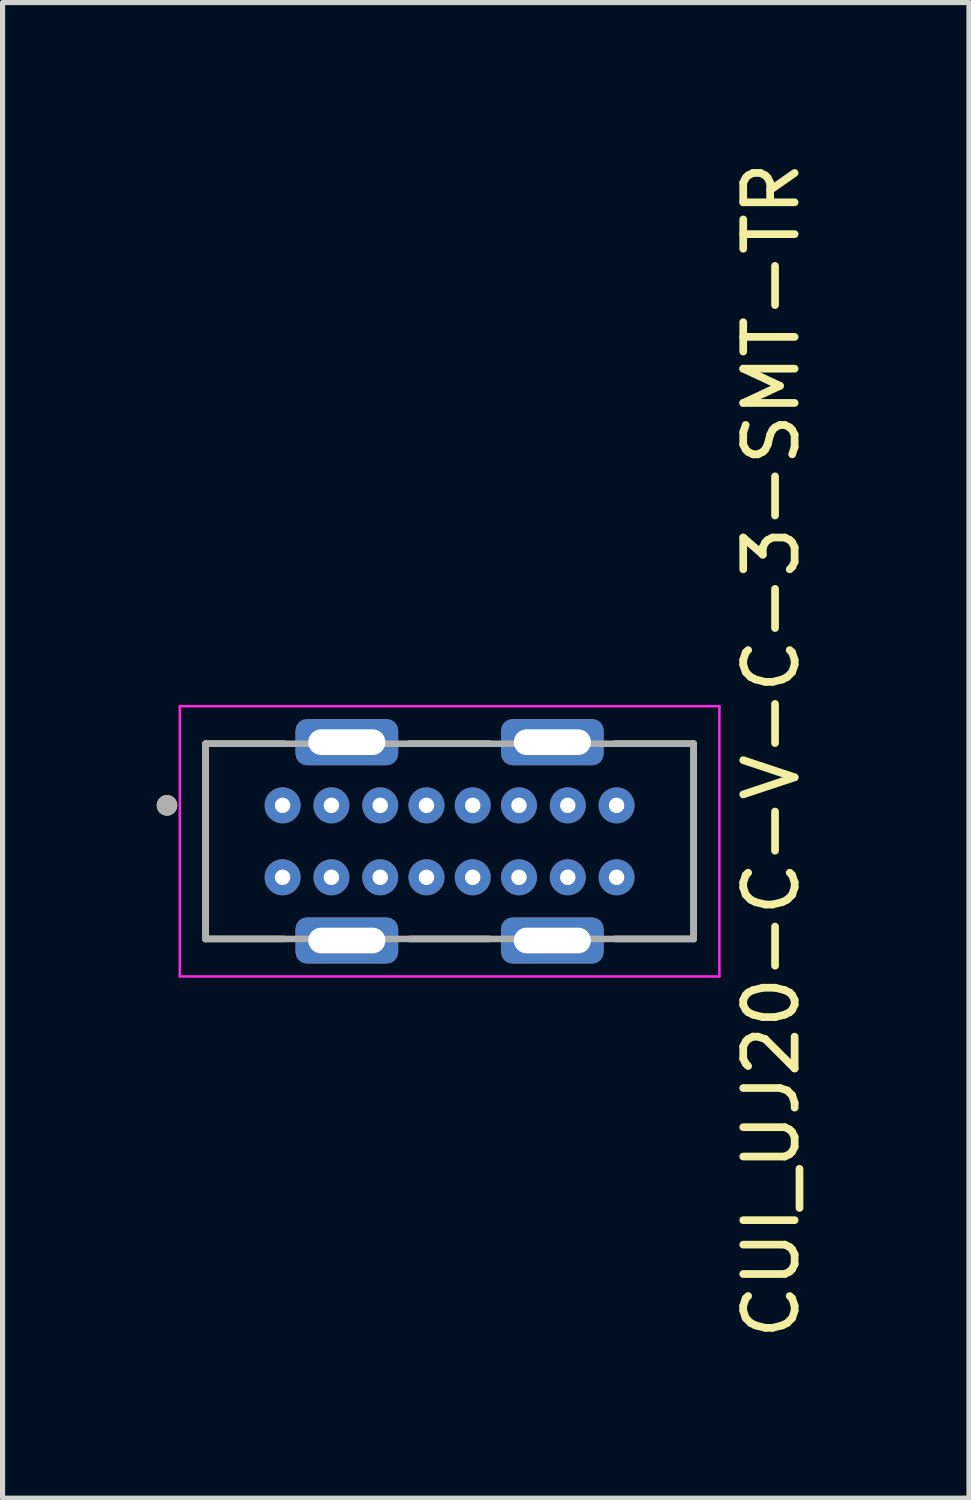
<source format=kicad_pcb>
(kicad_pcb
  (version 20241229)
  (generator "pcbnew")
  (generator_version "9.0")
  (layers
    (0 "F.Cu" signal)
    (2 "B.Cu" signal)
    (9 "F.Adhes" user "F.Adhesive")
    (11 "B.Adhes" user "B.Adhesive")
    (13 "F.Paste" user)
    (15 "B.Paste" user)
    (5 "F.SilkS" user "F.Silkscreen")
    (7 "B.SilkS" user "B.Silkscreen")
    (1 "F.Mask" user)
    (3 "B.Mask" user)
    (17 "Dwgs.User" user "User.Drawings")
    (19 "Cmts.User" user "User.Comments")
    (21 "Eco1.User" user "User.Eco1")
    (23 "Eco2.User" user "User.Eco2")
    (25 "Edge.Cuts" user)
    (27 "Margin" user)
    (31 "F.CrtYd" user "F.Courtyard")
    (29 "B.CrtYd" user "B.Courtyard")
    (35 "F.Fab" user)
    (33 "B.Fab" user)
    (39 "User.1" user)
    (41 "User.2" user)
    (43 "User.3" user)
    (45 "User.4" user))
  (footprint "CUI_UJ20-C-V-C-3-SMT-TR"
    (layer "F.Cu")
    (at 5.7 13.324)
    (property "Reference" "CUI_UJ20-C-V-C-3-SMT-TR" (at 6.26 -1.77 90) (layer "F.SilkS") (effects (font (size 1 1) (thickness 0.15))))
    (fp_poly (pts (xy -2.85 -0.85) (xy -2.85 -0.55) (xy -2.85 -0.537) (xy -2.851 -0.524) (xy -2.853 -0.511) (xy -2.855 -0.498) (xy -2.859 -0.485) (xy -2.862 -0.473) (xy -2.867 -0.46) (xy -2.872 -0.448) (xy -2.877 -0.437) (xy -2.883 -0.425) (xy -2.89 -0.414) (xy -2.898 -0.403) (xy -2.906 -0.393) (xy -2.914 -0.383) (xy -2.923 -0.373) (xy -2.933 -0.364) (xy -2.943 -0.356) (xy -2.953 -0.348) (xy -2.964 -0.34) (xy -2.975 -0.333) (xy -2.987 -0.327) (xy -2.998 -0.322) (xy -3.01 -0.317) (xy -3.023 -0.312) (xy -3.035 -0.309) (xy -3.048 -0.305) (xy -3.061 -0.303) (xy -3.074 -0.301) (xy -3.087 -0.3) (xy -3.1 -0.3) (xy -3.4 -0.3) (xy -3.413 -0.3) (xy -3.426 -0.301) (xy -3.439 -0.303) (xy -3.452 -0.305) (xy -3.465 -0.309) (xy -3.477 -0.312) (xy -3.49 -0.317) (xy -3.502 -0.322) (xy -3.513 -0.327) (xy -3.525 -0.333) (xy -3.536 -0.34) (xy -3.547 -0.348) (xy -3.557 -0.356) (xy -3.567 -0.364) (xy -3.577 -0.373) (xy -3.586 -0.383) (xy -3.594 -0.393) (xy -3.602 -0.403) (xy -3.61 -0.414) (xy -3.617 -0.425) (xy -3.623 -0.437) (xy -3.628 -0.448) (xy -3.633 -0.46) (xy -3.638 -0.473) (xy -3.641 -0.485) (xy -3.645 -0.498) (xy -3.647 -0.511) (xy -3.649 -0.524) (xy -3.65 -0.537) (xy -3.65 -0.55) (xy -3.65 -0.85) (xy -3.65 -0.863) (xy -3.649 -0.876) (xy -3.647 -0.889) (xy -3.645 -0.902) (xy -3.641 -0.915) (xy -3.638 -0.927) (xy -3.633 -0.94) (xy -3.628 -0.952) (xy -3.623 -0.963) (xy -3.617 -0.975) (xy -3.61 -0.986) (xy -3.602 -0.997) (xy -3.594 -1.007) (xy -3.586 -1.017) (xy -3.577 -1.027) (xy -3.567 -1.036) (xy -3.557 -1.044) (xy -3.547 -1.052) (xy -3.536 -1.06) (xy -3.525 -1.067) (xy -3.513 -1.073) (xy -3.502 -1.078) (xy -3.49 -1.083) (xy -3.477 -1.088) (xy -3.465 -1.091) (xy -3.452 -1.095) (xy -3.439 -1.097) (xy -3.426 -1.099) (xy -3.413 -1.1) (xy -3.4 -1.1) (xy -3.1 -1.1) (xy -3.087 -1.1) (xy -3.074 -1.099) (xy -3.061 -1.097) (xy -3.048 -1.095) (xy -3.035 -1.091) (xy -3.023 -1.088) (xy -3.01 -1.083) (xy -2.998 -1.078) (xy -2.987 -1.073) (xy -2.975 -1.067) (xy -2.964 -1.06) (xy -2.953 -1.052) (xy -2.943 -1.044) (xy -2.933 -1.036) (xy -2.923 -1.027) (xy -2.914 -1.017) (xy -2.906 -1.007) (xy -2.898 -0.997) (xy -2.89 -0.986) (xy -2.883 -0.975) (xy -2.877 -0.963) (xy -2.872 -0.952) (xy -2.867 -0.94) (xy -2.862 -0.927) (xy -2.859 -0.915) (xy -2.855 -0.902) (xy -2.853 -0.889) (xy -2.851 -0.876) (xy -2.85 -0.863) (xy -2.85 -0.85)) (stroke (width 0.01) (type solid)) (fill yes) (layer "F.Mask"))
    (fp_poly (pts (xy -2.85 0.55) (xy -2.85 0.85) (xy -2.85 0.863) (xy -2.851 0.876) (xy -2.853 0.889) (xy -2.855 0.902) (xy -2.859 0.915) (xy -2.862 0.927) (xy -2.867 0.94) (xy -2.872 0.952) (xy -2.877 0.963) (xy -2.883 0.975) (xy -2.89 0.986) (xy -2.898 0.997) (xy -2.906 1.007) (xy -2.914 1.017) (xy -2.923 1.027) (xy -2.933 1.036) (xy -2.943 1.044) (xy -2.953 1.052) (xy -2.964 1.06) (xy -2.975 1.067) (xy -2.987 1.073) (xy -2.998 1.078) (xy -3.01 1.083) (xy -3.023 1.088) (xy -3.035 1.091) (xy -3.048 1.095) (xy -3.061 1.097) (xy -3.074 1.099) (xy -3.087 1.1) (xy -3.1 1.1) (xy -3.4 1.1) (xy -3.413 1.1) (xy -3.426 1.099) (xy -3.439 1.097) (xy -3.452 1.095) (xy -3.465 1.091) (xy -3.477 1.088) (xy -3.49 1.083) (xy -3.502 1.078) (xy -3.513 1.073) (xy -3.525 1.067) (xy -3.536 1.06) (xy -3.547 1.052) (xy -3.557 1.044) (xy -3.567 1.036) (xy -3.577 1.027) (xy -3.586 1.017) (xy -3.594 1.007) (xy -3.602 0.997) (xy -3.61 0.986) (xy -3.617 0.975) (xy -3.623 0.963) (xy -3.628 0.952) (xy -3.633 0.94) (xy -3.638 0.927) (xy -3.641 0.915) (xy -3.645 0.902) (xy -3.647 0.889) (xy -3.649 0.876) (xy -3.65 0.863) (xy -3.65 0.85) (xy -3.65 0.55) (xy -3.65 0.537) (xy -3.649 0.524) (xy -3.647 0.511) (xy -3.645 0.498) (xy -3.641 0.485) (xy -3.638 0.473) (xy -3.633 0.46) (xy -3.628 0.448) (xy -3.623 0.437) (xy -3.617 0.425) (xy -3.61 0.414) (xy -3.602 0.403) (xy -3.594 0.393) (xy -3.586 0.383) (xy -3.577 0.373) (xy -3.567 0.364) (xy -3.557 0.356) (xy -3.547 0.348) (xy -3.536 0.34) (xy -3.525 0.333) (xy -3.513 0.327) (xy -3.502 0.322) (xy -3.49 0.317) (xy -3.477 0.312) (xy -3.465 0.309) (xy -3.452 0.305) (xy -3.439 0.303) (xy -3.426 0.301) (xy -3.413 0.3) (xy -3.4 0.3) (xy -3.1 0.3) (xy -3.087 0.3) (xy -3.074 0.301) (xy -3.061 0.303) (xy -3.048 0.305) (xy -3.035 0.309) (xy -3.023 0.312) (xy -3.01 0.317) (xy -2.998 0.322) (xy -2.987 0.327) (xy -2.975 0.333) (xy -2.964 0.34) (xy -2.953 0.348) (xy -2.943 0.356) (xy -2.933 0.364) (xy -2.923 0.373) (xy -2.914 0.383) (xy -2.906 0.393) (xy -2.898 0.403) (xy -2.89 0.414) (xy -2.883 0.425) (xy -2.877 0.437) (xy -2.872 0.448) (xy -2.867 0.46) (xy -2.862 0.473) (xy -2.859 0.485) (xy -2.855 0.498) (xy -2.853 0.511) (xy -2.851 0.524) (xy -2.85 0.537) (xy -2.85 0.55)) (stroke (width 0.01) (type solid)) (fill yes) (layer "F.Mask"))
    (fp_poly (pts (xy -2.65 -1.38) (xy -2.668 -1.38) (xy -2.687 -1.382) (xy -2.705 -1.384) (xy -2.723 -1.388) (xy -2.741 -1.392) (xy -2.758 -1.397) (xy -2.775 -1.403) (xy -2.792 -1.41) (xy -2.809 -1.418) (xy -2.825 -1.427) (xy -2.841 -1.436) (xy -2.856 -1.447) (xy -2.87 -1.458) (xy -2.884 -1.47) (xy -2.897 -1.483) (xy -2.91 -1.496) (xy -2.922 -1.51) (xy -2.933 -1.524) (xy -2.944 -1.539) (xy -2.953 -1.555) (xy -2.962 -1.571) (xy -2.97 -1.588) (xy -2.977 -1.605) (xy -2.983 -1.622) (xy -2.988 -1.639) (xy -2.992 -1.657) (xy -2.996 -1.675) (xy -2.998 -1.693) (xy -3 -1.712) (xy -3 -1.73) (xy -3 -2.13) (xy -3 -2.148) (xy -2.998 -2.167) (xy -2.996 -2.185) (xy -2.992 -2.203) (xy -2.988 -2.221) (xy -2.983 -2.238) (xy -2.977 -2.255) (xy -2.97 -2.272) (xy -2.962 -2.289) (xy -2.953 -2.305) (xy -2.944 -2.321) (xy -2.933 -2.336) (xy -2.922 -2.35) (xy -2.91 -2.364) (xy -2.897 -2.377) (xy -2.884 -2.39) (xy -2.87 -2.402) (xy -2.856 -2.413) (xy -2.841 -2.424) (xy -2.825 -2.433) (xy -2.809 -2.442) (xy -2.792 -2.45) (xy -2.775 -2.457) (xy -2.758 -2.463) (xy -2.741 -2.468) (xy -2.723 -2.472) (xy -2.705 -2.476) (xy -2.687 -2.478) (xy -2.668 -2.48) (xy -2.65 -2.48) (xy -1.35 -2.48) (xy -1.332 -2.48) (xy -1.313 -2.478) (xy -1.295 -2.476) (xy -1.277 -2.472) (xy -1.259 -2.468) (xy -1.242 -2.463) (xy -1.225 -2.457) (xy -1.208 -2.45) (xy -1.191 -2.442) (xy -1.175 -2.433) (xy -1.159 -2.424) (xy -1.144 -2.413) (xy -1.13 -2.402) (xy -1.116 -2.39) (xy -1.103 -2.377) (xy -1.09 -2.364) (xy -1.078 -2.35) (xy -1.067 -2.336) (xy -1.056 -2.321) (xy -1.047 -2.305) (xy -1.038 -2.289) (xy -1.03 -2.272) (xy -1.023 -2.255) (xy -1.017 -2.238) (xy -1.012 -2.221) (xy -1.008 -2.203) (xy -1.004 -2.185) (xy -1.002 -2.167) (xy -1 -2.148) (xy -1 -2.13) (xy -1 -1.73) (xy -1 -1.712) (xy -1.002 -1.693) (xy -1.004 -1.675) (xy -1.008 -1.657) (xy -1.012 -1.639) (xy -1.017 -1.622) (xy -1.023 -1.605) (xy -1.03 -1.588) (xy -1.038 -1.571) (xy -1.047 -1.555) (xy -1.056 -1.539) (xy -1.067 -1.524) (xy -1.078 -1.51) (xy -1.09 -1.496) (xy -1.103 -1.483) (xy -1.116 -1.47) (xy -1.13 -1.458) (xy -1.144 -1.447) (xy -1.159 -1.436) (xy -1.175 -1.427) (xy -1.191 -1.418) (xy -1.208 -1.41) (xy -1.225 -1.403) (xy -1.242 -1.397) (xy -1.259 -1.392) (xy -1.277 -1.388) (xy -1.295 -1.384) (xy -1.313 -1.382) (xy -1.332 -1.38) (xy -1.35 -1.38) (xy -2.65 -1.38)) (stroke (width 0.01) (type solid)) (fill yes) (layer "F.Mask"))
    (fp_poly (pts (xy -2.65 2.48) (xy -2.668 2.48) (xy -2.687 2.478) (xy -2.705 2.476) (xy -2.723 2.472) (xy -2.741 2.468) (xy -2.758 2.463) (xy -2.775 2.457) (xy -2.792 2.45) (xy -2.809 2.442) (xy -2.825 2.433) (xy -2.841 2.424) (xy -2.856 2.413) (xy -2.87 2.402) (xy -2.884 2.39) (xy -2.897 2.377) (xy -2.91 2.364) (xy -2.922 2.35) (xy -2.933 2.336) (xy -2.944 2.321) (xy -2.953 2.305) (xy -2.962 2.289) (xy -2.97 2.272) (xy -2.977 2.255) (xy -2.983 2.238) (xy -2.988 2.221) (xy -2.992 2.203) (xy -2.996 2.185) (xy -2.998 2.167) (xy -3 2.148) (xy -3 2.13) (xy -3 1.73) (xy -3 1.712) (xy -2.998 1.693) (xy -2.996 1.675) (xy -2.992 1.657) (xy -2.988 1.639) (xy -2.983 1.622) (xy -2.977 1.605) (xy -2.97 1.588) (xy -2.962 1.571) (xy -2.953 1.555) (xy -2.944 1.539) (xy -2.933 1.524) (xy -2.922 1.51) (xy -2.91 1.496) (xy -2.897 1.483) (xy -2.884 1.47) (xy -2.87 1.458) (xy -2.856 1.447) (xy -2.841 1.436) (xy -2.825 1.427) (xy -2.809 1.418) (xy -2.792 1.41) (xy -2.775 1.403) (xy -2.758 1.397) (xy -2.741 1.392) (xy -2.723 1.388) (xy -2.705 1.384) (xy -2.687 1.382) (xy -2.668 1.38) (xy -2.65 1.38) (xy -1.35 1.38) (xy -1.332 1.38) (xy -1.313 1.382) (xy -1.295 1.384) (xy -1.277 1.388) (xy -1.259 1.392) (xy -1.242 1.397) (xy -1.225 1.403) (xy -1.208 1.41) (xy -1.191 1.418) (xy -1.175 1.427) (xy -1.159 1.436) (xy -1.144 1.447) (xy -1.13 1.458) (xy -1.116 1.47) (xy -1.103 1.483) (xy -1.09 1.496) (xy -1.078 1.51) (xy -1.067 1.524) (xy -1.056 1.539) (xy -1.047 1.555) (xy -1.038 1.571) (xy -1.03 1.588) (xy -1.023 1.605) (xy -1.017 1.622) (xy -1.012 1.639) (xy -1.008 1.657) (xy -1.004 1.675) (xy -1.002 1.693) (xy -1 1.712) (xy -1 1.73) (xy -1 2.13) (xy -1 2.148) (xy -1.002 2.167) (xy -1.004 2.185) (xy -1.008 2.203) (xy -1.012 2.221) (xy -1.017 2.238) (xy -1.023 2.255) (xy -1.03 2.272) (xy -1.038 2.289) (xy -1.047 2.305) (xy -1.056 2.321) (xy -1.067 2.336) (xy -1.078 2.35) (xy -1.09 2.364) (xy -1.103 2.377) (xy -1.116 2.39) (xy -1.13 2.402) (xy -1.144 2.413) (xy -1.159 2.424) (xy -1.175 2.433) (xy -1.191 2.442) (xy -1.208 2.45) (xy -1.225 2.457) (xy -1.242 2.463) (xy -1.259 2.468) (xy -1.277 2.472) (xy -1.295 2.476) (xy -1.313 2.478) (xy -1.332 2.48) (xy -1.35 2.48) (xy -2.65 2.48)) (stroke (width 0.01) (type solid)) (fill yes) (layer "F.Mask"))
    (fp_poly (pts (xy -1.9 -0.85) (xy -1.9 -0.55) (xy -1.9 -0.537) (xy -1.901 -0.524) (xy -1.903 -0.511) (xy -1.905 -0.498) (xy -1.909 -0.485) (xy -1.912 -0.473) (xy -1.917 -0.46) (xy -1.922 -0.448) (xy -1.927 -0.437) (xy -1.933 -0.425) (xy -1.94 -0.414) (xy -1.948 -0.403) (xy -1.956 -0.393) (xy -1.964 -0.383) (xy -1.973 -0.373) (xy -1.983 -0.364) (xy -1.993 -0.356) (xy -2.003 -0.348) (xy -2.014 -0.34) (xy -2.025 -0.333) (xy -2.037 -0.327) (xy -2.048 -0.322) (xy -2.06 -0.317) (xy -2.073 -0.312) (xy -2.085 -0.309) (xy -2.098 -0.305) (xy -2.111 -0.303) (xy -2.124 -0.301) (xy -2.137 -0.3) (xy -2.15 -0.3) (xy -2.45 -0.3) (xy -2.463 -0.3) (xy -2.476 -0.301) (xy -2.489 -0.303) (xy -2.502 -0.305) (xy -2.515 -0.309) (xy -2.527 -0.312) (xy -2.54 -0.317) (xy -2.552 -0.322) (xy -2.563 -0.327) (xy -2.575 -0.333) (xy -2.586 -0.34) (xy -2.597 -0.348) (xy -2.607 -0.356) (xy -2.617 -0.364) (xy -2.627 -0.373) (xy -2.636 -0.383) (xy -2.644 -0.393) (xy -2.652 -0.403) (xy -2.66 -0.414) (xy -2.667 -0.425) (xy -2.673 -0.437) (xy -2.678 -0.448) (xy -2.683 -0.46) (xy -2.688 -0.473) (xy -2.691 -0.485) (xy -2.695 -0.498) (xy -2.697 -0.511) (xy -2.699 -0.524) (xy -2.7 -0.537) (xy -2.7 -0.55) (xy -2.7 -0.85) (xy -2.7 -0.863) (xy -2.699 -0.876) (xy -2.697 -0.889) (xy -2.695 -0.902) (xy -2.691 -0.915) (xy -2.688 -0.927) (xy -2.683 -0.94) (xy -2.678 -0.952) (xy -2.673 -0.963) (xy -2.667 -0.975) (xy -2.66 -0.986) (xy -2.652 -0.997) (xy -2.644 -1.007) (xy -2.636 -1.017) (xy -2.627 -1.027) (xy -2.617 -1.036) (xy -2.607 -1.044) (xy -2.597 -1.052) (xy -2.586 -1.06) (xy -2.575 -1.067) (xy -2.563 -1.073) (xy -2.552 -1.078) (xy -2.54 -1.083) (xy -2.527 -1.088) (xy -2.515 -1.091) (xy -2.502 -1.095) (xy -2.489 -1.097) (xy -2.476 -1.099) (xy -2.463 -1.1) (xy -2.45 -1.1) (xy -2.15 -1.1) (xy -2.137 -1.1) (xy -2.124 -1.099) (xy -2.111 -1.097) (xy -2.098 -1.095) (xy -2.085 -1.091) (xy -2.073 -1.088) (xy -2.06 -1.083) (xy -2.048 -1.078) (xy -2.037 -1.073) (xy -2.025 -1.067) (xy -2.014 -1.06) (xy -2.003 -1.052) (xy -1.993 -1.044) (xy -1.983 -1.036) (xy -1.973 -1.027) (xy -1.964 -1.017) (xy -1.956 -1.007) (xy -1.948 -0.997) (xy -1.94 -0.986) (xy -1.933 -0.975) (xy -1.927 -0.963) (xy -1.922 -0.952) (xy -1.917 -0.94) (xy -1.912 -0.927) (xy -1.909 -0.915) (xy -1.905 -0.902) (xy -1.903 -0.889) (xy -1.901 -0.876) (xy -1.9 -0.863) (xy -1.9 -0.85)) (stroke (width 0.01) (type solid)) (fill yes) (layer "F.Mask"))
    (fp_poly (pts (xy -1.9 0.55) (xy -1.9 0.85) (xy -1.9 0.863) (xy -1.901 0.876) (xy -1.903 0.889) (xy -1.905 0.902) (xy -1.909 0.915) (xy -1.912 0.927) (xy -1.917 0.94) (xy -1.922 0.952) (xy -1.927 0.963) (xy -1.933 0.975) (xy -1.94 0.986) (xy -1.948 0.997) (xy -1.956 1.007) (xy -1.964 1.017) (xy -1.973 1.027) (xy -1.983 1.036) (xy -1.993 1.044) (xy -2.003 1.052) (xy -2.014 1.06) (xy -2.025 1.067) (xy -2.037 1.073) (xy -2.048 1.078) (xy -2.06 1.083) (xy -2.073 1.088) (xy -2.085 1.091) (xy -2.098 1.095) (xy -2.111 1.097) (xy -2.124 1.099) (xy -2.137 1.1) (xy -2.15 1.1) (xy -2.45 1.1) (xy -2.463 1.1) (xy -2.476 1.099) (xy -2.489 1.097) (xy -2.502 1.095) (xy -2.515 1.091) (xy -2.527 1.088) (xy -2.54 1.083) (xy -2.552 1.078) (xy -2.563 1.073) (xy -2.575 1.067) (xy -2.586 1.06) (xy -2.597 1.052) (xy -2.607 1.044) (xy -2.617 1.036) (xy -2.627 1.027) (xy -2.636 1.017) (xy -2.644 1.007) (xy -2.652 0.997) (xy -2.66 0.986) (xy -2.667 0.975) (xy -2.673 0.963) (xy -2.678 0.952) (xy -2.683 0.94) (xy -2.688 0.927) (xy -2.691 0.915) (xy -2.695 0.902) (xy -2.697 0.889) (xy -2.699 0.876) (xy -2.7 0.863) (xy -2.7 0.85) (xy -2.7 0.55) (xy -2.7 0.537) (xy -2.699 0.524) (xy -2.697 0.511) (xy -2.695 0.498) (xy -2.691 0.485) (xy -2.688 0.473) (xy -2.683 0.46) (xy -2.678 0.448) (xy -2.673 0.437) (xy -2.667 0.425) (xy -2.66 0.414) (xy -2.652 0.403) (xy -2.644 0.393) (xy -2.636 0.383) (xy -2.627 0.373) (xy -2.617 0.364) (xy -2.607 0.356) (xy -2.597 0.348) (xy -2.586 0.34) (xy -2.575 0.333) (xy -2.563 0.327) (xy -2.552 0.322) (xy -2.54 0.317) (xy -2.527 0.312) (xy -2.515 0.309) (xy -2.502 0.305) (xy -2.489 0.303) (xy -2.476 0.301) (xy -2.463 0.3) (xy -2.45 0.3) (xy -2.15 0.3) (xy -2.137 0.3) (xy -2.124 0.301) (xy -2.111 0.303) (xy -2.098 0.305) (xy -2.085 0.309) (xy -2.073 0.312) (xy -2.06 0.317) (xy -2.048 0.322) (xy -2.037 0.327) (xy -2.025 0.333) (xy -2.014 0.34) (xy -2.003 0.348) (xy -1.993 0.356) (xy -1.983 0.364) (xy -1.973 0.373) (xy -1.964 0.383) (xy -1.956 0.393) (xy -1.948 0.403) (xy -1.94 0.414) (xy -1.933 0.425) (xy -1.927 0.437) (xy -1.922 0.448) (xy -1.917 0.46) (xy -1.912 0.473) (xy -1.909 0.485) (xy -1.905 0.498) (xy -1.903 0.511) (xy -1.901 0.524) (xy -1.9 0.537) (xy -1.9 0.55)) (stroke (width 0.01) (type solid)) (fill yes) (layer "F.Mask"))
    (fp_poly (pts (xy -0.95 -0.85) (xy -0.95 -0.55) (xy -0.95 -0.537) (xy -0.951 -0.524) (xy -0.953 -0.511) (xy -0.955 -0.498) (xy -0.959 -0.485) (xy -0.962 -0.473) (xy -0.967 -0.46) (xy -0.972 -0.448) (xy -0.977 -0.437) (xy -0.983 -0.425) (xy -0.99 -0.414) (xy -0.998 -0.403) (xy -1.006 -0.393) (xy -1.014 -0.383) (xy -1.023 -0.373) (xy -1.033 -0.364) (xy -1.043 -0.356) (xy -1.053 -0.348) (xy -1.064 -0.34) (xy -1.075 -0.333) (xy -1.087 -0.327) (xy -1.098 -0.322) (xy -1.11 -0.317) (xy -1.123 -0.312) (xy -1.135 -0.309) (xy -1.148 -0.305) (xy -1.161 -0.303) (xy -1.174 -0.301) (xy -1.187 -0.3) (xy -1.2 -0.3) (xy -1.5 -0.3) (xy -1.513 -0.3) (xy -1.526 -0.301) (xy -1.539 -0.303) (xy -1.552 -0.305) (xy -1.565 -0.309) (xy -1.577 -0.312) (xy -1.59 -0.317) (xy -1.602 -0.322) (xy -1.613 -0.327) (xy -1.625 -0.333) (xy -1.636 -0.34) (xy -1.647 -0.348) (xy -1.657 -0.356) (xy -1.667 -0.364) (xy -1.677 -0.373) (xy -1.686 -0.383) (xy -1.694 -0.393) (xy -1.702 -0.403) (xy -1.71 -0.414) (xy -1.717 -0.425) (xy -1.723 -0.437) (xy -1.728 -0.448) (xy -1.733 -0.46) (xy -1.738 -0.473) (xy -1.741 -0.485) (xy -1.745 -0.498) (xy -1.747 -0.511) (xy -1.749 -0.524) (xy -1.75 -0.537) (xy -1.75 -0.55) (xy -1.75 -0.85) (xy -1.75 -0.863) (xy -1.749 -0.876) (xy -1.747 -0.889) (xy -1.745 -0.902) (xy -1.741 -0.915) (xy -1.738 -0.927) (xy -1.733 -0.94) (xy -1.728 -0.952) (xy -1.723 -0.963) (xy -1.717 -0.975) (xy -1.71 -0.986) (xy -1.702 -0.997) (xy -1.694 -1.007) (xy -1.686 -1.017) (xy -1.677 -1.027) (xy -1.667 -1.036) (xy -1.657 -1.044) (xy -1.647 -1.052) (xy -1.636 -1.06) (xy -1.625 -1.067) (xy -1.613 -1.073) (xy -1.602 -1.078) (xy -1.59 -1.083) (xy -1.577 -1.088) (xy -1.565 -1.091) (xy -1.552 -1.095) (xy -1.539 -1.097) (xy -1.526 -1.099) (xy -1.513 -1.1) (xy -1.5 -1.1) (xy -1.2 -1.1) (xy -1.187 -1.1) (xy -1.174 -1.099) (xy -1.161 -1.097) (xy -1.148 -1.095) (xy -1.135 -1.091) (xy -1.123 -1.088) (xy -1.11 -1.083) (xy -1.098 -1.078) (xy -1.087 -1.073) (xy -1.075 -1.067) (xy -1.064 -1.06) (xy -1.053 -1.052) (xy -1.043 -1.044) (xy -1.033 -1.036) (xy -1.023 -1.027) (xy -1.014 -1.017) (xy -1.006 -1.007) (xy -0.998 -0.997) (xy -0.99 -0.986) (xy -0.983 -0.975) (xy -0.977 -0.963) (xy -0.972 -0.952) (xy -0.967 -0.94) (xy -0.962 -0.927) (xy -0.959 -0.915) (xy -0.955 -0.902) (xy -0.953 -0.889) (xy -0.951 -0.876) (xy -0.95 -0.863) (xy -0.95 -0.85)) (stroke (width 0.01) (type solid)) (fill yes) (layer "F.Mask"))
    (fp_poly (pts (xy -0.95 0.55) (xy -0.95 0.85) (xy -0.95 0.863) (xy -0.951 0.876) (xy -0.953 0.889) (xy -0.955 0.902) (xy -0.959 0.915) (xy -0.962 0.927) (xy -0.967 0.94) (xy -0.972 0.952) (xy -0.977 0.963) (xy -0.983 0.975) (xy -0.99 0.986) (xy -0.998 0.997) (xy -1.006 1.007) (xy -1.014 1.017) (xy -1.023 1.027) (xy -1.033 1.036) (xy -1.043 1.044) (xy -1.053 1.052) (xy -1.064 1.06) (xy -1.075 1.067) (xy -1.087 1.073) (xy -1.098 1.078) (xy -1.11 1.083) (xy -1.123 1.088) (xy -1.135 1.091) (xy -1.148 1.095) (xy -1.161 1.097) (xy -1.174 1.099) (xy -1.187 1.1) (xy -1.2 1.1) (xy -1.5 1.1) (xy -1.513 1.1) (xy -1.526 1.099) (xy -1.539 1.097) (xy -1.552 1.095) (xy -1.565 1.091) (xy -1.577 1.088) (xy -1.59 1.083) (xy -1.602 1.078) (xy -1.613 1.073) (xy -1.625 1.067) (xy -1.636 1.06) (xy -1.647 1.052) (xy -1.657 1.044) (xy -1.667 1.036) (xy -1.677 1.027) (xy -1.686 1.017) (xy -1.694 1.007) (xy -1.702 0.997) (xy -1.71 0.986) (xy -1.717 0.975) (xy -1.723 0.963) (xy -1.728 0.952) (xy -1.733 0.94) (xy -1.738 0.927) (xy -1.741 0.915) (xy -1.745 0.902) (xy -1.747 0.889) (xy -1.749 0.876) (xy -1.75 0.863) (xy -1.75 0.85) (xy -1.75 0.55) (xy -1.75 0.537) (xy -1.749 0.524) (xy -1.747 0.511) (xy -1.745 0.498) (xy -1.741 0.485) (xy -1.738 0.473) (xy -1.733 0.46) (xy -1.728 0.448) (xy -1.723 0.437) (xy -1.717 0.425) (xy -1.71 0.414) (xy -1.702 0.403) (xy -1.694 0.393) (xy -1.686 0.383) (xy -1.677 0.373) (xy -1.667 0.364) (xy -1.657 0.356) (xy -1.647 0.348) (xy -1.636 0.34) (xy -1.625 0.333) (xy -1.613 0.327) (xy -1.602 0.322) (xy -1.59 0.317) (xy -1.577 0.312) (xy -1.565 0.309) (xy -1.552 0.305) (xy -1.539 0.303) (xy -1.526 0.301) (xy -1.513 0.3) (xy -1.5 0.3) (xy -1.2 0.3) (xy -1.187 0.3) (xy -1.174 0.301) (xy -1.161 0.303) (xy -1.148 0.305) (xy -1.135 0.309) (xy -1.123 0.312) (xy -1.11 0.317) (xy -1.098 0.322) (xy -1.087 0.327) (xy -1.075 0.333) (xy -1.064 0.34) (xy -1.053 0.348) (xy -1.043 0.356) (xy -1.033 0.364) (xy -1.023 0.373) (xy -1.014 0.383) (xy -1.006 0.393) (xy -0.998 0.403) (xy -0.99 0.414) (xy -0.983 0.425) (xy -0.977 0.437) (xy -0.972 0.448) (xy -0.967 0.46) (xy -0.962 0.473) (xy -0.959 0.485) (xy -0.955 0.498) (xy -0.953 0.511) (xy -0.951 0.524) (xy -0.95 0.537) (xy -0.95 0.55)) (stroke (width 0.01) (type solid)) (fill yes) (layer "F.Mask"))
    (fp_poly (pts (xy -0.05 -0.85) (xy -0.05 -0.55) (xy -0.05 -0.537) (xy -0.051 -0.524) (xy -0.053 -0.511) (xy -0.055 -0.498) (xy -0.059 -0.485) (xy -0.062 -0.473) (xy -0.067 -0.46) (xy -0.072 -0.448) (xy -0.077 -0.437) (xy -0.083 -0.425) (xy -0.09 -0.414) (xy -0.098 -0.403) (xy -0.106 -0.393) (xy -0.114 -0.383) (xy -0.123 -0.373) (xy -0.133 -0.364) (xy -0.143 -0.356) (xy -0.153 -0.348) (xy -0.164 -0.34) (xy -0.175 -0.333) (xy -0.187 -0.327) (xy -0.198 -0.322) (xy -0.21 -0.317) (xy -0.223 -0.312) (xy -0.235 -0.309) (xy -0.248 -0.305) (xy -0.261 -0.303) (xy -0.274 -0.301) (xy -0.287 -0.3) (xy -0.3 -0.3) (xy -0.6 -0.3) (xy -0.613 -0.3) (xy -0.626 -0.301) (xy -0.639 -0.303) (xy -0.652 -0.305) (xy -0.665 -0.309) (xy -0.677 -0.312) (xy -0.69 -0.317) (xy -0.702 -0.322) (xy -0.713 -0.327) (xy -0.725 -0.333) (xy -0.736 -0.34) (xy -0.747 -0.348) (xy -0.757 -0.356) (xy -0.767 -0.364) (xy -0.777 -0.373) (xy -0.786 -0.383) (xy -0.794 -0.393) (xy -0.802 -0.403) (xy -0.81 -0.414) (xy -0.817 -0.425) (xy -0.823 -0.437) (xy -0.828 -0.448) (xy -0.833 -0.46) (xy -0.838 -0.473) (xy -0.841 -0.485) (xy -0.845 -0.498) (xy -0.847 -0.511) (xy -0.849 -0.524) (xy -0.85 -0.537) (xy -0.85 -0.55) (xy -0.85 -0.85) (xy -0.85 -0.863) (xy -0.849 -0.876) (xy -0.847 -0.889) (xy -0.845 -0.902) (xy -0.841 -0.915) (xy -0.838 -0.927) (xy -0.833 -0.94) (xy -0.828 -0.952) (xy -0.823 -0.963) (xy -0.817 -0.975) (xy -0.81 -0.986) (xy -0.802 -0.997) (xy -0.794 -1.007) (xy -0.786 -1.017) (xy -0.777 -1.027) (xy -0.767 -1.036) (xy -0.757 -1.044) (xy -0.747 -1.052) (xy -0.736 -1.06) (xy -0.725 -1.067) (xy -0.713 -1.073) (xy -0.702 -1.078) (xy -0.69 -1.083) (xy -0.677 -1.088) (xy -0.665 -1.091) (xy -0.652 -1.095) (xy -0.639 -1.097) (xy -0.626 -1.099) (xy -0.613 -1.1) (xy -0.6 -1.1) (xy -0.3 -1.1) (xy -0.287 -1.1) (xy -0.274 -1.099) (xy -0.261 -1.097) (xy -0.248 -1.095) (xy -0.235 -1.091) (xy -0.223 -1.088) (xy -0.21 -1.083) (xy -0.198 -1.078) (xy -0.187 -1.073) (xy -0.175 -1.067) (xy -0.164 -1.06) (xy -0.153 -1.052) (xy -0.143 -1.044) (xy -0.133 -1.036) (xy -0.123 -1.027) (xy -0.114 -1.017) (xy -0.106 -1.007) (xy -0.098 -0.997) (xy -0.09 -0.986) (xy -0.083 -0.975) (xy -0.077 -0.963) (xy -0.072 -0.952) (xy -0.067 -0.94) (xy -0.062 -0.927) (xy -0.059 -0.915) (xy -0.055 -0.902) (xy -0.053 -0.889) (xy -0.051 -0.876) (xy -0.05 -0.863) (xy -0.05 -0.85)) (stroke (width 0.01) (type solid)) (fill yes) (layer "F.Mask"))
    (fp_poly (pts (xy -0.05 0.55) (xy -0.05 0.85) (xy -0.05 0.863) (xy -0.051 0.876) (xy -0.053 0.889) (xy -0.055 0.902) (xy -0.059 0.915) (xy -0.062 0.927) (xy -0.067 0.94) (xy -0.072 0.952) (xy -0.077 0.963) (xy -0.083 0.975) (xy -0.09 0.986) (xy -0.098 0.997) (xy -0.106 1.007) (xy -0.114 1.017) (xy -0.123 1.027) (xy -0.133 1.036) (xy -0.143 1.044) (xy -0.153 1.052) (xy -0.164 1.06) (xy -0.175 1.067) (xy -0.187 1.073) (xy -0.198 1.078) (xy -0.21 1.083) (xy -0.223 1.088) (xy -0.235 1.091) (xy -0.248 1.095) (xy -0.261 1.097) (xy -0.274 1.099) (xy -0.287 1.1) (xy -0.3 1.1) (xy -0.6 1.1) (xy -0.613 1.1) (xy -0.626 1.099) (xy -0.639 1.097) (xy -0.652 1.095) (xy -0.665 1.091) (xy -0.677 1.088) (xy -0.69 1.083) (xy -0.702 1.078) (xy -0.713 1.073) (xy -0.725 1.067) (xy -0.736 1.06) (xy -0.747 1.052) (xy -0.757 1.044) (xy -0.767 1.036) (xy -0.777 1.027) (xy -0.786 1.017) (xy -0.794 1.007) (xy -0.802 0.997) (xy -0.81 0.986) (xy -0.817 0.975) (xy -0.823 0.963) (xy -0.828 0.952) (xy -0.833 0.94) (xy -0.838 0.927) (xy -0.841 0.915) (xy -0.845 0.902) (xy -0.847 0.889) (xy -0.849 0.876) (xy -0.85 0.863) (xy -0.85 0.85) (xy -0.85 0.55) (xy -0.85 0.537) (xy -0.849 0.524) (xy -0.847 0.511) (xy -0.845 0.498) (xy -0.841 0.485) (xy -0.838 0.473) (xy -0.833 0.46) (xy -0.828 0.448) (xy -0.823 0.437) (xy -0.817 0.425) (xy -0.81 0.414) (xy -0.802 0.403) (xy -0.794 0.393) (xy -0.786 0.383) (xy -0.777 0.373) (xy -0.767 0.364) (xy -0.757 0.356) (xy -0.747 0.348) (xy -0.736 0.34) (xy -0.725 0.333) (xy -0.713 0.327) (xy -0.702 0.322) (xy -0.69 0.317) (xy -0.677 0.312) (xy -0.665 0.309) (xy -0.652 0.305) (xy -0.639 0.303) (xy -0.626 0.301) (xy -0.613 0.3) (xy -0.6 0.3) (xy -0.3 0.3) (xy -0.287 0.3) (xy -0.274 0.301) (xy -0.261 0.303) (xy -0.248 0.305) (xy -0.235 0.309) (xy -0.223 0.312) (xy -0.21 0.317) (xy -0.198 0.322) (xy -0.187 0.327) (xy -0.175 0.333) (xy -0.164 0.34) (xy -0.153 0.348) (xy -0.143 0.356) (xy -0.133 0.364) (xy -0.123 0.373) (xy -0.114 0.383) (xy -0.106 0.393) (xy -0.098 0.403) (xy -0.09 0.414) (xy -0.083 0.425) (xy -0.077 0.437) (xy -0.072 0.448) (xy -0.067 0.46) (xy -0.062 0.473) (xy -0.059 0.485) (xy -0.055 0.498) (xy -0.053 0.511) (xy -0.051 0.524) (xy -0.05 0.537) (xy -0.05 0.55)) (stroke (width 0.01) (type solid)) (fill yes) (layer "F.Mask"))
    (fp_poly (pts (xy 0.05 -0.55) (xy 0.05 -0.85) (xy 0.05 -0.863) (xy 0.051 -0.876) (xy 0.053 -0.889) (xy 0.055 -0.902) (xy 0.059 -0.915) (xy 0.062 -0.927) (xy 0.067 -0.94) (xy 0.072 -0.952) (xy 0.077 -0.963) (xy 0.083 -0.975) (xy 0.09 -0.986) (xy 0.098 -0.997) (xy 0.106 -1.007) (xy 0.114 -1.017) (xy 0.123 -1.027) (xy 0.133 -1.036) (xy 0.143 -1.044) (xy 0.153 -1.052) (xy 0.164 -1.06) (xy 0.175 -1.067) (xy 0.187 -1.073) (xy 0.198 -1.078) (xy 0.21 -1.083) (xy 0.223 -1.088) (xy 0.235 -1.091) (xy 0.248 -1.095) (xy 0.261 -1.097) (xy 0.274 -1.099) (xy 0.287 -1.1) (xy 0.3 -1.1) (xy 0.6 -1.1) (xy 0.613 -1.1) (xy 0.626 -1.099) (xy 0.639 -1.097) (xy 0.652 -1.095) (xy 0.665 -1.091) (xy 0.677 -1.088) (xy 0.69 -1.083) (xy 0.702 -1.078) (xy 0.713 -1.073) (xy 0.725 -1.067) (xy 0.736 -1.06) (xy 0.747 -1.052) (xy 0.757 -1.044) (xy 0.767 -1.036) (xy 0.777 -1.027) (xy 0.786 -1.017) (xy 0.794 -1.007) (xy 0.802 -0.997) (xy 0.81 -0.986) (xy 0.817 -0.975) (xy 0.823 -0.963) (xy 0.828 -0.952) (xy 0.833 -0.94) (xy 0.838 -0.927) (xy 0.841 -0.915) (xy 0.845 -0.902) (xy 0.847 -0.889) (xy 0.849 -0.876) (xy 0.85 -0.863) (xy 0.85 -0.85) (xy 0.85 -0.55) (xy 0.85 -0.537) (xy 0.849 -0.524) (xy 0.847 -0.511) (xy 0.845 -0.498) (xy 0.841 -0.485) (xy 0.838 -0.473) (xy 0.833 -0.46) (xy 0.828 -0.448) (xy 0.823 -0.437) (xy 0.817 -0.425) (xy 0.81 -0.414) (xy 0.802 -0.403) (xy 0.794 -0.393) (xy 0.786 -0.383) (xy 0.777 -0.373) (xy 0.767 -0.364) (xy 0.757 -0.356) (xy 0.747 -0.348) (xy 0.736 -0.34) (xy 0.725 -0.333) (xy 0.713 -0.327) (xy 0.702 -0.322) (xy 0.69 -0.317) (xy 0.677 -0.312) (xy 0.665 -0.309) (xy 0.652 -0.305) (xy 0.639 -0.303) (xy 0.626 -0.301) (xy 0.613 -0.3) (xy 0.6 -0.3) (xy 0.3 -0.3) (xy 0.287 -0.3) (xy 0.274 -0.301) (xy 0.261 -0.303) (xy 0.248 -0.305) (xy 0.235 -0.309) (xy 0.223 -0.312) (xy 0.21 -0.317) (xy 0.198 -0.322) (xy 0.187 -0.327) (xy 0.175 -0.333) (xy 0.164 -0.34) (xy 0.153 -0.348) (xy 0.143 -0.356) (xy 0.133 -0.364) (xy 0.123 -0.373) (xy 0.114 -0.383) (xy 0.106 -0.393) (xy 0.098 -0.403) (xy 0.09 -0.414) (xy 0.083 -0.425) (xy 0.077 -0.437) (xy 0.072 -0.448) (xy 0.067 -0.46) (xy 0.062 -0.473) (xy 0.059 -0.485) (xy 0.055 -0.498) (xy 0.053 -0.511) (xy 0.051 -0.524) (xy 0.05 -0.537) (xy 0.05 -0.55)) (stroke (width 0.01) (type solid)) (fill yes) (layer "F.Mask"))
    (fp_poly (pts (xy 0.05 0.85) (xy 0.05 0.55) (xy 0.05 0.537) (xy 0.051 0.524) (xy 0.053 0.511) (xy 0.055 0.498) (xy 0.059 0.485) (xy 0.062 0.473) (xy 0.067 0.46) (xy 0.072 0.448) (xy 0.077 0.437) (xy 0.083 0.425) (xy 0.09 0.414) (xy 0.098 0.403) (xy 0.106 0.393) (xy 0.114 0.383) (xy 0.123 0.373) (xy 0.133 0.364) (xy 0.143 0.356) (xy 0.153 0.348) (xy 0.164 0.34) (xy 0.175 0.333) (xy 0.187 0.327) (xy 0.198 0.322) (xy 0.21 0.317) (xy 0.223 0.312) (xy 0.235 0.309) (xy 0.248 0.305) (xy 0.261 0.303) (xy 0.274 0.301) (xy 0.287 0.3) (xy 0.3 0.3) (xy 0.6 0.3) (xy 0.613 0.3) (xy 0.626 0.301) (xy 0.639 0.303) (xy 0.652 0.305) (xy 0.665 0.309) (xy 0.677 0.312) (xy 0.69 0.317) (xy 0.702 0.322) (xy 0.713 0.327) (xy 0.725 0.333) (xy 0.736 0.34) (xy 0.747 0.348) (xy 0.757 0.356) (xy 0.767 0.364) (xy 0.777 0.373) (xy 0.786 0.383) (xy 0.794 0.393) (xy 0.802 0.403) (xy 0.81 0.414) (xy 0.817 0.425) (xy 0.823 0.437) (xy 0.828 0.448) (xy 0.833 0.46) (xy 0.838 0.473) (xy 0.841 0.485) (xy 0.845 0.498) (xy 0.847 0.511) (xy 0.849 0.524) (xy 0.85 0.537) (xy 0.85 0.55) (xy 0.85 0.85) (xy 0.85 0.863) (xy 0.849 0.876) (xy 0.847 0.889) (xy 0.845 0.902) (xy 0.841 0.915) (xy 0.838 0.927) (xy 0.833 0.94) (xy 0.828 0.952) (xy 0.823 0.963) (xy 0.817 0.975) (xy 0.81 0.986) (xy 0.802 0.997) (xy 0.794 1.007) (xy 0.786 1.017) (xy 0.777 1.027) (xy 0.767 1.036) (xy 0.757 1.044) (xy 0.747 1.052) (xy 0.736 1.06) (xy 0.725 1.067) (xy 0.713 1.073) (xy 0.702 1.078) (xy 0.69 1.083) (xy 0.677 1.088) (xy 0.665 1.091) (xy 0.652 1.095) (xy 0.639 1.097) (xy 0.626 1.099) (xy 0.613 1.1) (xy 0.6 1.1) (xy 0.3 1.1) (xy 0.287 1.1) (xy 0.274 1.099) (xy 0.261 1.097) (xy 0.248 1.095) (xy 0.235 1.091) (xy 0.223 1.088) (xy 0.21 1.083) (xy 0.198 1.078) (xy 0.187 1.073) (xy 0.175 1.067) (xy 0.164 1.06) (xy 0.153 1.052) (xy 0.143 1.044) (xy 0.133 1.036) (xy 0.123 1.027) (xy 0.114 1.017) (xy 0.106 1.007) (xy 0.098 0.997) (xy 0.09 0.986) (xy 0.083 0.975) (xy 0.077 0.963) (xy 0.072 0.952) (xy 0.067 0.94) (xy 0.062 0.927) (xy 0.059 0.915) (xy 0.055 0.902) (xy 0.053 0.889) (xy 0.051 0.876) (xy 0.05 0.863) (xy 0.05 0.85)) (stroke (width 0.01) (type solid)) (fill yes) (layer "F.Mask"))
    (fp_poly (pts (xy 0.95 -0.55) (xy 0.95 -0.85) (xy 0.95 -0.863) (xy 0.951 -0.876) (xy 0.953 -0.889) (xy 0.955 -0.902) (xy 0.959 -0.915) (xy 0.962 -0.927) (xy 0.967 -0.94) (xy 0.972 -0.952) (xy 0.977 -0.963) (xy 0.983 -0.975) (xy 0.99 -0.986) (xy 0.998 -0.997) (xy 1.006 -1.007) (xy 1.014 -1.017) (xy 1.023 -1.027) (xy 1.033 -1.036) (xy 1.043 -1.044) (xy 1.053 -1.052) (xy 1.064 -1.06) (xy 1.075 -1.067) (xy 1.087 -1.073) (xy 1.098 -1.078) (xy 1.11 -1.083) (xy 1.123 -1.088) (xy 1.135 -1.091) (xy 1.148 -1.095) (xy 1.161 -1.097) (xy 1.174 -1.099) (xy 1.187 -1.1) (xy 1.2 -1.1) (xy 1.5 -1.1) (xy 1.513 -1.1) (xy 1.526 -1.099) (xy 1.539 -1.097) (xy 1.552 -1.095) (xy 1.565 -1.091) (xy 1.577 -1.088) (xy 1.59 -1.083) (xy 1.602 -1.078) (xy 1.613 -1.073) (xy 1.625 -1.067) (xy 1.636 -1.06) (xy 1.647 -1.052) (xy 1.657 -1.044) (xy 1.667 -1.036) (xy 1.677 -1.027) (xy 1.686 -1.017) (xy 1.694 -1.007) (xy 1.702 -0.997) (xy 1.71 -0.986) (xy 1.717 -0.975) (xy 1.723 -0.963) (xy 1.728 -0.952) (xy 1.733 -0.94) (xy 1.738 -0.927) (xy 1.741 -0.915) (xy 1.745 -0.902) (xy 1.747 -0.889) (xy 1.749 -0.876) (xy 1.75 -0.863) (xy 1.75 -0.85) (xy 1.75 -0.55) (xy 1.75 -0.537) (xy 1.749 -0.524) (xy 1.747 -0.511) (xy 1.745 -0.498) (xy 1.741 -0.485) (xy 1.738 -0.473) (xy 1.733 -0.46) (xy 1.728 -0.448) (xy 1.723 -0.437) (xy 1.717 -0.425) (xy 1.71 -0.414) (xy 1.702 -0.403) (xy 1.694 -0.393) (xy 1.686 -0.383) (xy 1.677 -0.373) (xy 1.667 -0.364) (xy 1.657 -0.356) (xy 1.647 -0.348) (xy 1.636 -0.34) (xy 1.625 -0.333) (xy 1.613 -0.327) (xy 1.602 -0.322) (xy 1.59 -0.317) (xy 1.577 -0.312) (xy 1.565 -0.309) (xy 1.552 -0.305) (xy 1.539 -0.303) (xy 1.526 -0.301) (xy 1.513 -0.3) (xy 1.5 -0.3) (xy 1.2 -0.3) (xy 1.187 -0.3) (xy 1.174 -0.301) (xy 1.161 -0.303) (xy 1.148 -0.305) (xy 1.135 -0.309) (xy 1.123 -0.312) (xy 1.11 -0.317) (xy 1.098 -0.322) (xy 1.087 -0.327) (xy 1.075 -0.333) (xy 1.064 -0.34) (xy 1.053 -0.348) (xy 1.043 -0.356) (xy 1.033 -0.364) (xy 1.023 -0.373) (xy 1.014 -0.383) (xy 1.006 -0.393) (xy 0.998 -0.403) (xy 0.99 -0.414) (xy 0.983 -0.425) (xy 0.977 -0.437) (xy 0.972 -0.448) (xy 0.967 -0.46) (xy 0.962 -0.473) (xy 0.959 -0.485) (xy 0.955 -0.498) (xy 0.953 -0.511) (xy 0.951 -0.524) (xy 0.95 -0.537) (xy 0.95 -0.55)) (stroke (width 0.01) (type solid)) (fill yes) (layer "F.Mask"))
    (fp_poly (pts (xy 0.95 0.85) (xy 0.95 0.55) (xy 0.95 0.537) (xy 0.951 0.524) (xy 0.953 0.511) (xy 0.955 0.498) (xy 0.959 0.485) (xy 0.962 0.473) (xy 0.967 0.46) (xy 0.972 0.448) (xy 0.977 0.437) (xy 0.983 0.425) (xy 0.99 0.414) (xy 0.998 0.403) (xy 1.006 0.393) (xy 1.014 0.383) (xy 1.023 0.373) (xy 1.033 0.364) (xy 1.043 0.356) (xy 1.053 0.348) (xy 1.064 0.34) (xy 1.075 0.333) (xy 1.087 0.327) (xy 1.098 0.322) (xy 1.11 0.317) (xy 1.123 0.312) (xy 1.135 0.309) (xy 1.148 0.305) (xy 1.161 0.303) (xy 1.174 0.301) (xy 1.187 0.3) (xy 1.2 0.3) (xy 1.5 0.3) (xy 1.513 0.3) (xy 1.526 0.301) (xy 1.539 0.303) (xy 1.552 0.305) (xy 1.565 0.309) (xy 1.577 0.312) (xy 1.59 0.317) (xy 1.602 0.322) (xy 1.613 0.327) (xy 1.625 0.333) (xy 1.636 0.34) (xy 1.647 0.348) (xy 1.657 0.356) (xy 1.667 0.364) (xy 1.677 0.373) (xy 1.686 0.383) (xy 1.694 0.393) (xy 1.702 0.403) (xy 1.71 0.414) (xy 1.717 0.425) (xy 1.723 0.437) (xy 1.728 0.448) (xy 1.733 0.46) (xy 1.738 0.473) (xy 1.741 0.485) (xy 1.745 0.498) (xy 1.747 0.511) (xy 1.749 0.524) (xy 1.75 0.537) (xy 1.75 0.55) (xy 1.75 0.85) (xy 1.75 0.863) (xy 1.749 0.876) (xy 1.747 0.889) (xy 1.745 0.902) (xy 1.741 0.915) (xy 1.738 0.927) (xy 1.733 0.94) (xy 1.728 0.952) (xy 1.723 0.963) (xy 1.717 0.975) (xy 1.71 0.986) (xy 1.702 0.997) (xy 1.694 1.007) (xy 1.686 1.017) (xy 1.677 1.027) (xy 1.667 1.036) (xy 1.657 1.044) (xy 1.647 1.052) (xy 1.636 1.06) (xy 1.625 1.067) (xy 1.613 1.073) (xy 1.602 1.078) (xy 1.59 1.083) (xy 1.577 1.088) (xy 1.565 1.091) (xy 1.552 1.095) (xy 1.539 1.097) (xy 1.526 1.099) (xy 1.513 1.1) (xy 1.5 1.1) (xy 1.2 1.1) (xy 1.187 1.1) (xy 1.174 1.099) (xy 1.161 1.097) (xy 1.148 1.095) (xy 1.135 1.091) (xy 1.123 1.088) (xy 1.11 1.083) (xy 1.098 1.078) (xy 1.087 1.073) (xy 1.075 1.067) (xy 1.064 1.06) (xy 1.053 1.052) (xy 1.043 1.044) (xy 1.033 1.036) (xy 1.023 1.027) (xy 1.014 1.017) (xy 1.006 1.007) (xy 0.998 0.997) (xy 0.99 0.986) (xy 0.983 0.975) (xy 0.977 0.963) (xy 0.972 0.952) (xy 0.967 0.94) (xy 0.962 0.927) (xy 0.959 0.915) (xy 0.955 0.902) (xy 0.953 0.889) (xy 0.951 0.876) (xy 0.95 0.863) (xy 0.95 0.85)) (stroke (width 0.01) (type solid)) (fill yes) (layer "F.Mask"))
    (fp_poly (pts (xy 1.35 -1.38) (xy 1.332 -1.38) (xy 1.313 -1.382) (xy 1.295 -1.384) (xy 1.277 -1.388) (xy 1.259 -1.392) (xy 1.242 -1.397) (xy 1.225 -1.403) (xy 1.208 -1.41) (xy 1.191 -1.418) (xy 1.175 -1.427) (xy 1.159 -1.436) (xy 1.144 -1.447) (xy 1.13 -1.458) (xy 1.116 -1.47) (xy 1.103 -1.483) (xy 1.09 -1.496) (xy 1.078 -1.51) (xy 1.067 -1.524) (xy 1.056 -1.539) (xy 1.047 -1.555) (xy 1.038 -1.571) (xy 1.03 -1.588) (xy 1.023 -1.605) (xy 1.017 -1.622) (xy 1.012 -1.639) (xy 1.008 -1.657) (xy 1.004 -1.675) (xy 1.002 -1.693) (xy 1 -1.712) (xy 1 -1.73) (xy 1 -2.13) (xy 1 -2.148) (xy 1.002 -2.167) (xy 1.004 -2.185) (xy 1.008 -2.203) (xy 1.012 -2.221) (xy 1.017 -2.238) (xy 1.023 -2.255) (xy 1.03 -2.272) (xy 1.038 -2.289) (xy 1.047 -2.305) (xy 1.056 -2.321) (xy 1.067 -2.336) (xy 1.078 -2.35) (xy 1.09 -2.364) (xy 1.103 -2.377) (xy 1.116 -2.39) (xy 1.13 -2.402) (xy 1.144 -2.413) (xy 1.159 -2.424) (xy 1.175 -2.433) (xy 1.191 -2.442) (xy 1.208 -2.45) (xy 1.225 -2.457) (xy 1.242 -2.463) (xy 1.259 -2.468) (xy 1.277 -2.472) (xy 1.295 -2.476) (xy 1.313 -2.478) (xy 1.332 -2.48) (xy 1.35 -2.48) (xy 2.65 -2.48) (xy 2.668 -2.48) (xy 2.687 -2.478) (xy 2.705 -2.476) (xy 2.723 -2.472) (xy 2.741 -2.468) (xy 2.758 -2.463) (xy 2.775 -2.457) (xy 2.792 -2.45) (xy 2.809 -2.442) (xy 2.825 -2.433) (xy 2.841 -2.424) (xy 2.856 -2.413) (xy 2.87 -2.402) (xy 2.884 -2.39) (xy 2.897 -2.377) (xy 2.91 -2.364) (xy 2.922 -2.35) (xy 2.933 -2.336) (xy 2.944 -2.321) (xy 2.953 -2.305) (xy 2.962 -2.289) (xy 2.97 -2.272) (xy 2.977 -2.255) (xy 2.983 -2.238) (xy 2.988 -2.221) (xy 2.992 -2.203) (xy 2.996 -2.185) (xy 2.998 -2.167) (xy 3 -2.148) (xy 3 -2.13) (xy 3 -1.73) (xy 3 -1.712) (xy 2.998 -1.693) (xy 2.996 -1.675) (xy 2.992 -1.657) (xy 2.988 -1.639) (xy 2.983 -1.622) (xy 2.977 -1.605) (xy 2.97 -1.588) (xy 2.962 -1.571) (xy 2.953 -1.555) (xy 2.944 -1.539) (xy 2.933 -1.524) (xy 2.922 -1.51) (xy 2.91 -1.496) (xy 2.897 -1.483) (xy 2.884 -1.47) (xy 2.87 -1.458) (xy 2.856 -1.447) (xy 2.841 -1.436) (xy 2.825 -1.427) (xy 2.809 -1.418) (xy 2.792 -1.41) (xy 2.775 -1.403) (xy 2.758 -1.397) (xy 2.741 -1.392) (xy 2.723 -1.388) (xy 2.705 -1.384) (xy 2.687 -1.382) (xy 2.668 -1.38) (xy 2.65 -1.38) (xy 1.35 -1.38)) (stroke (width 0.01) (type solid)) (fill yes) (layer "F.Mask"))
    (fp_poly (pts (xy 1.35 2.48) (xy 1.332 2.48) (xy 1.313 2.478) (xy 1.295 2.476) (xy 1.277 2.472) (xy 1.259 2.468) (xy 1.242 2.463) (xy 1.225 2.457) (xy 1.208 2.45) (xy 1.191 2.442) (xy 1.175 2.433) (xy 1.159 2.424) (xy 1.144 2.413) (xy 1.13 2.402) (xy 1.116 2.39) (xy 1.103 2.377) (xy 1.09 2.364) (xy 1.078 2.35) (xy 1.067 2.336) (xy 1.056 2.321) (xy 1.047 2.305) (xy 1.038 2.289) (xy 1.03 2.272) (xy 1.023 2.255) (xy 1.017 2.238) (xy 1.012 2.221) (xy 1.008 2.203) (xy 1.004 2.185) (xy 1.002 2.167) (xy 1 2.148) (xy 1 2.13) (xy 1 1.73) (xy 1 1.712) (xy 1.002 1.693) (xy 1.004 1.675) (xy 1.008 1.657) (xy 1.012 1.639) (xy 1.017 1.622) (xy 1.023 1.605) (xy 1.03 1.588) (xy 1.038 1.571) (xy 1.047 1.555) (xy 1.056 1.539) (xy 1.067 1.524) (xy 1.078 1.51) (xy 1.09 1.496) (xy 1.103 1.483) (xy 1.116 1.47) (xy 1.13 1.458) (xy 1.144 1.447) (xy 1.159 1.436) (xy 1.175 1.427) (xy 1.191 1.418) (xy 1.208 1.41) (xy 1.225 1.403) (xy 1.242 1.397) (xy 1.259 1.392) (xy 1.277 1.388) (xy 1.295 1.384) (xy 1.313 1.382) (xy 1.332 1.38) (xy 1.35 1.38) (xy 2.65 1.38) (xy 2.668 1.38) (xy 2.687 1.382) (xy 2.705 1.384) (xy 2.723 1.388) (xy 2.741 1.392) (xy 2.758 1.397) (xy 2.775 1.403) (xy 2.792 1.41) (xy 2.809 1.418) (xy 2.825 1.427) (xy 2.841 1.436) (xy 2.856 1.447) (xy 2.87 1.458) (xy 2.884 1.47) (xy 2.897 1.483) (xy 2.91 1.496) (xy 2.922 1.51) (xy 2.933 1.524) (xy 2.944 1.539) (xy 2.953 1.555) (xy 2.962 1.571) (xy 2.97 1.588) (xy 2.977 1.605) (xy 2.983 1.622) (xy 2.988 1.639) (xy 2.992 1.657) (xy 2.996 1.675) (xy 2.998 1.693) (xy 3 1.712) (xy 3 1.73) (xy 3 2.13) (xy 3 2.148) (xy 2.998 2.167) (xy 2.996 2.185) (xy 2.992 2.203) (xy 2.988 2.221) (xy 2.983 2.238) (xy 2.977 2.255) (xy 2.97 2.272) (xy 2.962 2.289) (xy 2.953 2.305) (xy 2.944 2.321) (xy 2.933 2.336) (xy 2.922 2.35) (xy 2.91 2.364) (xy 2.897 2.377) (xy 2.884 2.39) (xy 2.87 2.402) (xy 2.856 2.413) (xy 2.841 2.424) (xy 2.825 2.433) (xy 2.809 2.442) (xy 2.792 2.45) (xy 2.775 2.457) (xy 2.758 2.463) (xy 2.741 2.468) (xy 2.723 2.472) (xy 2.705 2.476) (xy 2.687 2.478) (xy 2.668 2.48) (xy 2.65 2.48) (xy 1.35 2.48)) (stroke (width 0.01) (type solid)) (fill yes) (layer "F.Mask"))
    (fp_poly (pts (xy 1.9 -0.55) (xy 1.9 -0.85) (xy 1.9 -0.863) (xy 1.901 -0.876) (xy 1.903 -0.889) (xy 1.905 -0.902) (xy 1.909 -0.915) (xy 1.912 -0.927) (xy 1.917 -0.94) (xy 1.922 -0.952) (xy 1.927 -0.963) (xy 1.933 -0.975) (xy 1.94 -0.986) (xy 1.948 -0.997) (xy 1.956 -1.007) (xy 1.964 -1.017) (xy 1.973 -1.027) (xy 1.983 -1.036) (xy 1.993 -1.044) (xy 2.003 -1.052) (xy 2.014 -1.06) (xy 2.025 -1.067) (xy 2.037 -1.073) (xy 2.048 -1.078) (xy 2.06 -1.083) (xy 2.073 -1.088) (xy 2.085 -1.091) (xy 2.098 -1.095) (xy 2.111 -1.097) (xy 2.124 -1.099) (xy 2.137 -1.1) (xy 2.15 -1.1) (xy 2.45 -1.1) (xy 2.463 -1.1) (xy 2.476 -1.099) (xy 2.489 -1.097) (xy 2.502 -1.095) (xy 2.515 -1.091) (xy 2.527 -1.088) (xy 2.54 -1.083) (xy 2.552 -1.078) (xy 2.563 -1.073) (xy 2.575 -1.067) (xy 2.586 -1.06) (xy 2.597 -1.052) (xy 2.607 -1.044) (xy 2.617 -1.036) (xy 2.627 -1.027) (xy 2.636 -1.017) (xy 2.644 -1.007) (xy 2.652 -0.997) (xy 2.66 -0.986) (xy 2.667 -0.975) (xy 2.673 -0.963) (xy 2.678 -0.952) (xy 2.683 -0.94) (xy 2.688 -0.927) (xy 2.691 -0.915) (xy 2.695 -0.902) (xy 2.697 -0.889) (xy 2.699 -0.876) (xy 2.7 -0.863) (xy 2.7 -0.85) (xy 2.7 -0.55) (xy 2.7 -0.537) (xy 2.699 -0.524) (xy 2.697 -0.511) (xy 2.695 -0.498) (xy 2.691 -0.485) (xy 2.688 -0.473) (xy 2.683 -0.46) (xy 2.678 -0.448) (xy 2.673 -0.437) (xy 2.667 -0.425) (xy 2.66 -0.414) (xy 2.652 -0.403) (xy 2.644 -0.393) (xy 2.636 -0.383) (xy 2.627 -0.373) (xy 2.617 -0.364) (xy 2.607 -0.356) (xy 2.597 -0.348) (xy 2.586 -0.34) (xy 2.575 -0.333) (xy 2.563 -0.327) (xy 2.552 -0.322) (xy 2.54 -0.317) (xy 2.527 -0.312) (xy 2.515 -0.309) (xy 2.502 -0.305) (xy 2.489 -0.303) (xy 2.476 -0.301) (xy 2.463 -0.3) (xy 2.45 -0.3) (xy 2.15 -0.3) (xy 2.137 -0.3) (xy 2.124 -0.301) (xy 2.111 -0.303) (xy 2.098 -0.305) (xy 2.085 -0.309) (xy 2.073 -0.312) (xy 2.06 -0.317) (xy 2.048 -0.322) (xy 2.037 -0.327) (xy 2.025 -0.333) (xy 2.014 -0.34) (xy 2.003 -0.348) (xy 1.993 -0.356) (xy 1.983 -0.364) (xy 1.973 -0.373) (xy 1.964 -0.383) (xy 1.956 -0.393) (xy 1.948 -0.403) (xy 1.94 -0.414) (xy 1.933 -0.425) (xy 1.927 -0.437) (xy 1.922 -0.448) (xy 1.917 -0.46) (xy 1.912 -0.473) (xy 1.909 -0.485) (xy 1.905 -0.498) (xy 1.903 -0.511) (xy 1.901 -0.524) (xy 1.9 -0.537) (xy 1.9 -0.55)) (stroke (width 0.01) (type solid)) (fill yes) (layer "F.Mask"))
    (fp_poly (pts (xy 1.9 0.85) (xy 1.9 0.55) (xy 1.9 0.537) (xy 1.901 0.524) (xy 1.903 0.511) (xy 1.905 0.498) (xy 1.909 0.485) (xy 1.912 0.473) (xy 1.917 0.46) (xy 1.922 0.448) (xy 1.927 0.437) (xy 1.933 0.425) (xy 1.94 0.414) (xy 1.948 0.403) (xy 1.956 0.393) (xy 1.964 0.383) (xy 1.973 0.373) (xy 1.983 0.364) (xy 1.993 0.356) (xy 2.003 0.348) (xy 2.014 0.34) (xy 2.025 0.333) (xy 2.037 0.327) (xy 2.048 0.322) (xy 2.06 0.317) (xy 2.073 0.312) (xy 2.085 0.309) (xy 2.098 0.305) (xy 2.111 0.303) (xy 2.124 0.301) (xy 2.137 0.3) (xy 2.15 0.3) (xy 2.45 0.3) (xy 2.463 0.3) (xy 2.476 0.301) (xy 2.489 0.303) (xy 2.502 0.305) (xy 2.515 0.309) (xy 2.527 0.312) (xy 2.54 0.317) (xy 2.552 0.322) (xy 2.563 0.327) (xy 2.575 0.333) (xy 2.586 0.34) (xy 2.597 0.348) (xy 2.607 0.356) (xy 2.617 0.364) (xy 2.627 0.373) (xy 2.636 0.383) (xy 2.644 0.393) (xy 2.652 0.403) (xy 2.66 0.414) (xy 2.667 0.425) (xy 2.673 0.437) (xy 2.678 0.448) (xy 2.683 0.46) (xy 2.688 0.473) (xy 2.691 0.485) (xy 2.695 0.498) (xy 2.697 0.511) (xy 2.699 0.524) (xy 2.7 0.537) (xy 2.7 0.55) (xy 2.7 0.85) (xy 2.7 0.863) (xy 2.699 0.876) (xy 2.697 0.889) (xy 2.695 0.902) (xy 2.691 0.915) (xy 2.688 0.927) (xy 2.683 0.94) (xy 2.678 0.952) (xy 2.673 0.963) (xy 2.667 0.975) (xy 2.66 0.986) (xy 2.652 0.997) (xy 2.644 1.007) (xy 2.636 1.017) (xy 2.627 1.027) (xy 2.617 1.036) (xy 2.607 1.044) (xy 2.597 1.052) (xy 2.586 1.06) (xy 2.575 1.067) (xy 2.563 1.073) (xy 2.552 1.078) (xy 2.54 1.083) (xy 2.527 1.088) (xy 2.515 1.091) (xy 2.502 1.095) (xy 2.489 1.097) (xy 2.476 1.099) (xy 2.463 1.1) (xy 2.45 1.1) (xy 2.15 1.1) (xy 2.137 1.1) (xy 2.124 1.099) (xy 2.111 1.097) (xy 2.098 1.095) (xy 2.085 1.091) (xy 2.073 1.088) (xy 2.06 1.083) (xy 2.048 1.078) (xy 2.037 1.073) (xy 2.025 1.067) (xy 2.014 1.06) (xy 2.003 1.052) (xy 1.993 1.044) (xy 1.983 1.036) (xy 1.973 1.027) (xy 1.964 1.017) (xy 1.956 1.007) (xy 1.948 0.997) (xy 1.94 0.986) (xy 1.933 0.975) (xy 1.927 0.963) (xy 1.922 0.952) (xy 1.917 0.94) (xy 1.912 0.927) (xy 1.909 0.915) (xy 1.905 0.902) (xy 1.903 0.889) (xy 1.901 0.876) (xy 1.9 0.863) (xy 1.9 0.85)) (stroke (width 0.01) (type solid)) (fill yes) (layer "F.Mask"))
    (fp_poly (pts (xy 2.85 -0.55) (xy 2.85 -0.85) (xy 2.85 -0.863) (xy 2.851 -0.876) (xy 2.853 -0.889) (xy 2.855 -0.902) (xy 2.859 -0.915) (xy 2.862 -0.927) (xy 2.867 -0.94) (xy 2.872 -0.952) (xy 2.877 -0.963) (xy 2.883 -0.975) (xy 2.89 -0.986) (xy 2.898 -0.997) (xy 2.906 -1.007) (xy 2.914 -1.017) (xy 2.923 -1.027) (xy 2.933 -1.036) (xy 2.943 -1.044) (xy 2.953 -1.052) (xy 2.964 -1.06) (xy 2.975 -1.067) (xy 2.987 -1.073) (xy 2.998 -1.078) (xy 3.01 -1.083) (xy 3.023 -1.088) (xy 3.035 -1.091) (xy 3.048 -1.095) (xy 3.061 -1.097) (xy 3.074 -1.099) (xy 3.087 -1.1) (xy 3.1 -1.1) (xy 3.4 -1.1) (xy 3.413 -1.1) (xy 3.426 -1.099) (xy 3.439 -1.097) (xy 3.452 -1.095) (xy 3.465 -1.091) (xy 3.477 -1.088) (xy 3.49 -1.083) (xy 3.502 -1.078) (xy 3.513 -1.073) (xy 3.525 -1.067) (xy 3.536 -1.06) (xy 3.547 -1.052) (xy 3.557 -1.044) (xy 3.567 -1.036) (xy 3.577 -1.027) (xy 3.586 -1.017) (xy 3.594 -1.007) (xy 3.602 -0.997) (xy 3.61 -0.986) (xy 3.617 -0.975) (xy 3.623 -0.963) (xy 3.628 -0.952) (xy 3.633 -0.94) (xy 3.638 -0.927) (xy 3.641 -0.915) (xy 3.645 -0.902) (xy 3.647 -0.889) (xy 3.649 -0.876) (xy 3.65 -0.863) (xy 3.65 -0.85) (xy 3.65 -0.55) (xy 3.65 -0.537) (xy 3.649 -0.524) (xy 3.647 -0.511) (xy 3.645 -0.498) (xy 3.641 -0.485) (xy 3.638 -0.473) (xy 3.633 -0.46) (xy 3.628 -0.448) (xy 3.623 -0.437) (xy 3.617 -0.425) (xy 3.61 -0.414) (xy 3.602 -0.403) (xy 3.594 -0.393) (xy 3.586 -0.383) (xy 3.577 -0.373) (xy 3.567 -0.364) (xy 3.557 -0.356) (xy 3.547 -0.348) (xy 3.536 -0.34) (xy 3.525 -0.333) (xy 3.513 -0.327) (xy 3.502 -0.322) (xy 3.49 -0.317) (xy 3.477 -0.312) (xy 3.465 -0.309) (xy 3.452 -0.305) (xy 3.439 -0.303) (xy 3.426 -0.301) (xy 3.413 -0.3) (xy 3.4 -0.3) (xy 3.1 -0.3) (xy 3.087 -0.3) (xy 3.074 -0.301) (xy 3.061 -0.303) (xy 3.048 -0.305) (xy 3.035 -0.309) (xy 3.023 -0.312) (xy 3.01 -0.317) (xy 2.998 -0.322) (xy 2.987 -0.327) (xy 2.975 -0.333) (xy 2.964 -0.34) (xy 2.953 -0.348) (xy 2.943 -0.356) (xy 2.933 -0.364) (xy 2.923 -0.373) (xy 2.914 -0.383) (xy 2.906 -0.393) (xy 2.898 -0.403) (xy 2.89 -0.414) (xy 2.883 -0.425) (xy 2.877 -0.437) (xy 2.872 -0.448) (xy 2.867 -0.46) (xy 2.862 -0.473) (xy 2.859 -0.485) (xy 2.855 -0.498) (xy 2.853 -0.511) (xy 2.851 -0.524) (xy 2.85 -0.537) (xy 2.85 -0.55)) (stroke (width 0.01) (type solid)) (fill yes) (layer "F.Mask"))
    (fp_poly (pts (xy 2.85 0.85) (xy 2.85 0.55) (xy 2.85 0.537) (xy 2.851 0.524) (xy 2.853 0.511) (xy 2.855 0.498) (xy 2.859 0.485) (xy 2.862 0.473) (xy 2.867 0.46) (xy 2.872 0.448) (xy 2.877 0.437) (xy 2.883 0.425) (xy 2.89 0.414) (xy 2.898 0.403) (xy 2.906 0.393) (xy 2.914 0.383) (xy 2.923 0.373) (xy 2.933 0.364) (xy 2.943 0.356) (xy 2.953 0.348) (xy 2.964 0.34) (xy 2.975 0.333) (xy 2.987 0.327) (xy 2.998 0.322) (xy 3.01 0.317) (xy 3.023 0.312) (xy 3.035 0.309) (xy 3.048 0.305) (xy 3.061 0.303) (xy 3.074 0.301) (xy 3.087 0.3) (xy 3.1 0.3) (xy 3.4 0.3) (xy 3.413 0.3) (xy 3.426 0.301) (xy 3.439 0.303) (xy 3.452 0.305) (xy 3.465 0.309) (xy 3.477 0.312) (xy 3.49 0.317) (xy 3.502 0.322) (xy 3.513 0.327) (xy 3.525 0.333) (xy 3.536 0.34) (xy 3.547 0.348) (xy 3.557 0.356) (xy 3.567 0.364) (xy 3.577 0.373) (xy 3.586 0.383) (xy 3.594 0.393) (xy 3.602 0.403) (xy 3.61 0.414) (xy 3.617 0.425) (xy 3.623 0.437) (xy 3.628 0.448) (xy 3.633 0.46) (xy 3.638 0.473) (xy 3.641 0.485) (xy 3.645 0.498) (xy 3.647 0.511) (xy 3.649 0.524) (xy 3.65 0.537) (xy 3.65 0.55) (xy 3.65 0.85) (xy 3.65 0.863) (xy 3.649 0.876) (xy 3.647 0.889) (xy 3.645 0.902) (xy 3.641 0.915) (xy 3.638 0.927) (xy 3.633 0.94) (xy 3.628 0.952) (xy 3.623 0.963) (xy 3.617 0.975) (xy 3.61 0.986) (xy 3.602 0.997) (xy 3.594 1.007) (xy 3.586 1.017) (xy 3.577 1.027) (xy 3.567 1.036) (xy 3.557 1.044) (xy 3.547 1.052) (xy 3.536 1.06) (xy 3.525 1.067) (xy 3.513 1.073) (xy 3.502 1.078) (xy 3.49 1.083) (xy 3.477 1.088) (xy 3.465 1.091) (xy 3.452 1.095) (xy 3.439 1.097) (xy 3.426 1.099) (xy 3.413 1.1) (xy 3.4 1.1) (xy 3.1 1.1) (xy 3.087 1.1) (xy 3.074 1.099) (xy 3.061 1.097) (xy 3.048 1.095) (xy 3.035 1.091) (xy 3.023 1.088) (xy 3.01 1.083) (xy 2.998 1.078) (xy 2.987 1.073) (xy 2.975 1.067) (xy 2.964 1.06) (xy 2.953 1.052) (xy 2.943 1.044) (xy 2.933 1.036) (xy 2.923 1.027) (xy 2.914 1.017) (xy 2.906 1.007) (xy 2.898 0.997) (xy 2.89 0.986) (xy 2.883 0.975) (xy 2.877 0.963) (xy 2.872 0.952) (xy 2.867 0.94) (xy 2.862 0.927) (xy 2.859 0.915) (xy 2.855 0.902) (xy 2.853 0.889) (xy 2.851 0.876) (xy 2.85 0.863) (xy 2.85 0.85)) (stroke (width 0.01) (type solid)) (fill yes) (layer "F.Mask"))
    (fp_poly (pts (xy -3.65 -0.85) (xy -3.65 -0.55) (xy -3.65 -0.537) (xy -3.649 -0.524) (xy -3.647 -0.511) (xy -3.645 -0.498) (xy -3.641 -0.485) (xy -3.638 -0.473) (xy -3.633 -0.46) (xy -3.628 -0.448) (xy -3.623 -0.437) (xy -3.617 -0.425) (xy -3.61 -0.414) (xy -3.602 -0.403) (xy -3.594 -0.393) (xy -3.586 -0.383) (xy -3.577 -0.373) (xy -3.567 -0.364) (xy -3.557 -0.356) (xy -3.547 -0.348) (xy -3.536 -0.34) (xy -3.525 -0.333) (xy -3.513 -0.327) (xy -3.502 -0.322) (xy -3.49 -0.317) (xy -3.477 -0.312) (xy -3.465 -0.309) (xy -3.452 -0.305) (xy -3.439 -0.303) (xy -3.426 -0.301) (xy -3.413 -0.3) (xy -3.4 -0.3) (xy -3.1 -0.3) (xy -3.087 -0.3) (xy -3.074 -0.301) (xy -3.061 -0.303) (xy -3.048 -0.305) (xy -3.035 -0.309) (xy -3.023 -0.312) (xy -3.01 -0.317) (xy -2.998 -0.322) (xy -2.987 -0.327) (xy -2.975 -0.333) (xy -2.964 -0.34) (xy -2.953 -0.348) (xy -2.943 -0.356) (xy -2.933 -0.364) (xy -2.923 -0.373) (xy -2.914 -0.383) (xy -2.906 -0.393) (xy -2.898 -0.403) (xy -2.89 -0.414) (xy -2.883 -0.425) (xy -2.877 -0.437) (xy -2.872 -0.448) (xy -2.867 -0.46) (xy -2.862 -0.473) (xy -2.859 -0.485) (xy -2.855 -0.498) (xy -2.853 -0.511) (xy -2.851 -0.524) (xy -2.85 -0.537) (xy -2.85 -0.55) (xy -2.85 -0.85) (xy -2.85 -0.863) (xy -2.851 -0.876) (xy -2.853 -0.889) (xy -2.855 -0.902) (xy -2.859 -0.915) (xy -2.862 -0.927) (xy -2.867 -0.94) (xy -2.872 -0.952) (xy -2.877 -0.963) (xy -2.883 -0.975) (xy -2.89 -0.986) (xy -2.898 -0.997) (xy -2.906 -1.007) (xy -2.914 -1.017) (xy -2.923 -1.027) (xy -2.933 -1.036) (xy -2.943 -1.044) (xy -2.953 -1.052) (xy -2.964 -1.06) (xy -2.975 -1.067) (xy -2.987 -1.073) (xy -2.998 -1.078) (xy -3.01 -1.083) (xy -3.023 -1.088) (xy -3.035 -1.091) (xy -3.048 -1.095) (xy -3.061 -1.097) (xy -3.074 -1.099) (xy -3.087 -1.1) (xy -3.1 -1.1) (xy -3.4 -1.1) (xy -3.413 -1.1) (xy -3.426 -1.099) (xy -3.439 -1.097) (xy -3.452 -1.095) (xy -3.465 -1.091) (xy -3.477 -1.088) (xy -3.49 -1.083) (xy -3.502 -1.078) (xy -3.513 -1.073) (xy -3.525 -1.067) (xy -3.536 -1.06) (xy -3.547 -1.052) (xy -3.557 -1.044) (xy -3.567 -1.036) (xy -3.577 -1.027) (xy -3.586 -1.017) (xy -3.594 -1.007) (xy -3.602 -0.997) (xy -3.61 -0.986) (xy -3.617 -0.975) (xy -3.623 -0.963) (xy -3.628 -0.952) (xy -3.633 -0.94) (xy -3.638 -0.927) (xy -3.641 -0.915) (xy -3.645 -0.902) (xy -3.647 -0.889) (xy -3.649 -0.876) (xy -3.65 -0.863) (xy -3.65 -0.85)) (stroke (width 0.01) (type solid)) (fill yes) (layer "B.Mask"))
    (fp_poly (pts (xy -3.65 0.55) (xy -3.65 0.85) (xy -3.65 0.863) (xy -3.649 0.876) (xy -3.647 0.889) (xy -3.645 0.902) (xy -3.641 0.915) (xy -3.638 0.927) (xy -3.633 0.94) (xy -3.628 0.952) (xy -3.623 0.963) (xy -3.617 0.975) (xy -3.61 0.986) (xy -3.602 0.997) (xy -3.594 1.007) (xy -3.586 1.017) (xy -3.577 1.027) (xy -3.567 1.036) (xy -3.557 1.044) (xy -3.547 1.052) (xy -3.536 1.06) (xy -3.525 1.067) (xy -3.513 1.073) (xy -3.502 1.078) (xy -3.49 1.083) (xy -3.477 1.088) (xy -3.465 1.091) (xy -3.452 1.095) (xy -3.439 1.097) (xy -3.426 1.099) (xy -3.413 1.1) (xy -3.4 1.1) (xy -3.1 1.1) (xy -3.087 1.1) (xy -3.074 1.099) (xy -3.061 1.097) (xy -3.048 1.095) (xy -3.035 1.091) (xy -3.023 1.088) (xy -3.01 1.083) (xy -2.998 1.078) (xy -2.987 1.073) (xy -2.975 1.067) (xy -2.964 1.06) (xy -2.953 1.052) (xy -2.943 1.044) (xy -2.933 1.036) (xy -2.923 1.027) (xy -2.914 1.017) (xy -2.906 1.007) (xy -2.898 0.997) (xy -2.89 0.986) (xy -2.883 0.975) (xy -2.877 0.963) (xy -2.872 0.952) (xy -2.867 0.94) (xy -2.862 0.927) (xy -2.859 0.915) (xy -2.855 0.902) (xy -2.853 0.889) (xy -2.851 0.876) (xy -2.85 0.863) (xy -2.85 0.85) (xy -2.85 0.55) (xy -2.85 0.537) (xy -2.851 0.524) (xy -2.853 0.511) (xy -2.855 0.498) (xy -2.859 0.485) (xy -2.862 0.473) (xy -2.867 0.46) (xy -2.872 0.448) (xy -2.877 0.437) (xy -2.883 0.425) (xy -2.89 0.414) (xy -2.898 0.403) (xy -2.906 0.393) (xy -2.914 0.383) (xy -2.923 0.373) (xy -2.933 0.364) (xy -2.943 0.356) (xy -2.953 0.348) (xy -2.964 0.34) (xy -2.975 0.333) (xy -2.987 0.327) (xy -2.998 0.322) (xy -3.01 0.317) (xy -3.023 0.312) (xy -3.035 0.309) (xy -3.048 0.305) (xy -3.061 0.303) (xy -3.074 0.301) (xy -3.087 0.3) (xy -3.1 0.3) (xy -3.4 0.3) (xy -3.413 0.3) (xy -3.426 0.301) (xy -3.439 0.303) (xy -3.452 0.305) (xy -3.465 0.309) (xy -3.477 0.312) (xy -3.49 0.317) (xy -3.502 0.322) (xy -3.513 0.327) (xy -3.525 0.333) (xy -3.536 0.34) (xy -3.547 0.348) (xy -3.557 0.356) (xy -3.567 0.364) (xy -3.577 0.373) (xy -3.586 0.383) (xy -3.594 0.393) (xy -3.602 0.403) (xy -3.61 0.414) (xy -3.617 0.425) (xy -3.623 0.437) (xy -3.628 0.448) (xy -3.633 0.46) (xy -3.638 0.473) (xy -3.641 0.485) (xy -3.645 0.498) (xy -3.647 0.511) (xy -3.649 0.524) (xy -3.65 0.537) (xy -3.65 0.55)) (stroke (width 0.01) (type solid)) (fill yes) (layer "B.Mask"))
    (fp_poly (pts (xy -2.7 -0.85) (xy -2.7 -0.55) (xy -2.7 -0.537) (xy -2.699 -0.524) (xy -2.697 -0.511) (xy -2.695 -0.498) (xy -2.691 -0.485) (xy -2.688 -0.473) (xy -2.683 -0.46) (xy -2.678 -0.448) (xy -2.673 -0.437) (xy -2.667 -0.425) (xy -2.66 -0.414) (xy -2.652 -0.403) (xy -2.644 -0.393) (xy -2.636 -0.383) (xy -2.627 -0.373) (xy -2.617 -0.364) (xy -2.607 -0.356) (xy -2.597 -0.348) (xy -2.586 -0.34) (xy -2.575 -0.333) (xy -2.563 -0.327) (xy -2.552 -0.322) (xy -2.54 -0.317) (xy -2.527 -0.312) (xy -2.515 -0.309) (xy -2.502 -0.305) (xy -2.489 -0.303) (xy -2.476 -0.301) (xy -2.463 -0.3) (xy -2.45 -0.3) (xy -2.15 -0.3) (xy -2.137 -0.3) (xy -2.124 -0.301) (xy -2.111 -0.303) (xy -2.098 -0.305) (xy -2.085 -0.309) (xy -2.073 -0.312) (xy -2.06 -0.317) (xy -2.048 -0.322) (xy -2.037 -0.327) (xy -2.025 -0.333) (xy -2.014 -0.34) (xy -2.003 -0.348) (xy -1.993 -0.356) (xy -1.983 -0.364) (xy -1.973 -0.373) (xy -1.964 -0.383) (xy -1.956 -0.393) (xy -1.948 -0.403) (xy -1.94 -0.414) (xy -1.933 -0.425) (xy -1.927 -0.437) (xy -1.922 -0.448) (xy -1.917 -0.46) (xy -1.912 -0.473) (xy -1.909 -0.485) (xy -1.905 -0.498) (xy -1.903 -0.511) (xy -1.901 -0.524) (xy -1.9 -0.537) (xy -1.9 -0.55) (xy -1.9 -0.85) (xy -1.9 -0.863) (xy -1.901 -0.876) (xy -1.903 -0.889) (xy -1.905 -0.902) (xy -1.909 -0.915) (xy -1.912 -0.927) (xy -1.917 -0.94) (xy -1.922 -0.952) (xy -1.927 -0.963) (xy -1.933 -0.975) (xy -1.94 -0.986) (xy -1.948 -0.997) (xy -1.956 -1.007) (xy -1.964 -1.017) (xy -1.973 -1.027) (xy -1.983 -1.036) (xy -1.993 -1.044) (xy -2.003 -1.052) (xy -2.014 -1.06) (xy -2.025 -1.067) (xy -2.037 -1.073) (xy -2.048 -1.078) (xy -2.06 -1.083) (xy -2.073 -1.088) (xy -2.085 -1.091) (xy -2.098 -1.095) (xy -2.111 -1.097) (xy -2.124 -1.099) (xy -2.137 -1.1) (xy -2.15 -1.1) (xy -2.45 -1.1) (xy -2.463 -1.1) (xy -2.476 -1.099) (xy -2.489 -1.097) (xy -2.502 -1.095) (xy -2.515 -1.091) (xy -2.527 -1.088) (xy -2.54 -1.083) (xy -2.552 -1.078) (xy -2.563 -1.073) (xy -2.575 -1.067) (xy -2.586 -1.06) (xy -2.597 -1.052) (xy -2.607 -1.044) (xy -2.617 -1.036) (xy -2.627 -1.027) (xy -2.636 -1.017) (xy -2.644 -1.007) (xy -2.652 -0.997) (xy -2.66 -0.986) (xy -2.667 -0.975) (xy -2.673 -0.963) (xy -2.678 -0.952) (xy -2.683 -0.94) (xy -2.688 -0.927) (xy -2.691 -0.915) (xy -2.695 -0.902) (xy -2.697 -0.889) (xy -2.699 -0.876) (xy -2.7 -0.863) (xy -2.7 -0.85)) (stroke (width 0.01) (type solid)) (fill yes) (layer "B.Mask"))
    (fp_poly (pts (xy -2.7 0.55) (xy -2.7 0.85) (xy -2.7 0.863) (xy -2.699 0.876) (xy -2.697 0.889) (xy -2.695 0.902) (xy -2.691 0.915) (xy -2.688 0.927) (xy -2.683 0.94) (xy -2.678 0.952) (xy -2.673 0.963) (xy -2.667 0.975) (xy -2.66 0.986) (xy -2.652 0.997) (xy -2.644 1.007) (xy -2.636 1.017) (xy -2.627 1.027) (xy -2.617 1.036) (xy -2.607 1.044) (xy -2.597 1.052) (xy -2.586 1.06) (xy -2.575 1.067) (xy -2.563 1.073) (xy -2.552 1.078) (xy -2.54 1.083) (xy -2.527 1.088) (xy -2.515 1.091) (xy -2.502 1.095) (xy -2.489 1.097) (xy -2.476 1.099) (xy -2.463 1.1) (xy -2.45 1.1) (xy -2.15 1.1) (xy -2.137 1.1) (xy -2.124 1.099) (xy -2.111 1.097) (xy -2.098 1.095) (xy -2.085 1.091) (xy -2.073 1.088) (xy -2.06 1.083) (xy -2.048 1.078) (xy -2.037 1.073) (xy -2.025 1.067) (xy -2.014 1.06) (xy -2.003 1.052) (xy -1.993 1.044) (xy -1.983 1.036) (xy -1.973 1.027) (xy -1.964 1.017) (xy -1.956 1.007) (xy -1.948 0.997) (xy -1.94 0.986) (xy -1.933 0.975) (xy -1.927 0.963) (xy -1.922 0.952) (xy -1.917 0.94) (xy -1.912 0.927) (xy -1.909 0.915) (xy -1.905 0.902) (xy -1.903 0.889) (xy -1.901 0.876) (xy -1.9 0.863) (xy -1.9 0.85) (xy -1.9 0.55) (xy -1.9 0.537) (xy -1.901 0.524) (xy -1.903 0.511) (xy -1.905 0.498) (xy -1.909 0.485) (xy -1.912 0.473) (xy -1.917 0.46) (xy -1.922 0.448) (xy -1.927 0.437) (xy -1.933 0.425) (xy -1.94 0.414) (xy -1.948 0.403) (xy -1.956 0.393) (xy -1.964 0.383) (xy -1.973 0.373) (xy -1.983 0.364) (xy -1.993 0.356) (xy -2.003 0.348) (xy -2.014 0.34) (xy -2.025 0.333) (xy -2.037 0.327) (xy -2.048 0.322) (xy -2.06 0.317) (xy -2.073 0.312) (xy -2.085 0.309) (xy -2.098 0.305) (xy -2.111 0.303) (xy -2.124 0.301) (xy -2.137 0.3) (xy -2.15 0.3) (xy -2.45 0.3) (xy -2.463 0.3) (xy -2.476 0.301) (xy -2.489 0.303) (xy -2.502 0.305) (xy -2.515 0.309) (xy -2.527 0.312) (xy -2.54 0.317) (xy -2.552 0.322) (xy -2.563 0.327) (xy -2.575 0.333) (xy -2.586 0.34) (xy -2.597 0.348) (xy -2.607 0.356) (xy -2.617 0.364) (xy -2.627 0.373) (xy -2.636 0.383) (xy -2.644 0.393) (xy -2.652 0.403) (xy -2.66 0.414) (xy -2.667 0.425) (xy -2.673 0.437) (xy -2.678 0.448) (xy -2.683 0.46) (xy -2.688 0.473) (xy -2.691 0.485) (xy -2.695 0.498) (xy -2.697 0.511) (xy -2.699 0.524) (xy -2.7 0.537) (xy -2.7 0.55)) (stroke (width 0.01) (type solid)) (fill yes) (layer "B.Mask"))
    (fp_poly (pts (xy -1.75 -0.85) (xy -1.75 -0.55) (xy -1.75 -0.537) (xy -1.749 -0.524) (xy -1.747 -0.511) (xy -1.745 -0.498) (xy -1.741 -0.485) (xy -1.738 -0.473) (xy -1.733 -0.46) (xy -1.728 -0.448) (xy -1.723 -0.437) (xy -1.717 -0.425) (xy -1.71 -0.414) (xy -1.702 -0.403) (xy -1.694 -0.393) (xy -1.686 -0.383) (xy -1.677 -0.373) (xy -1.667 -0.364) (xy -1.657 -0.356) (xy -1.647 -0.348) (xy -1.636 -0.34) (xy -1.625 -0.333) (xy -1.613 -0.327) (xy -1.602 -0.322) (xy -1.59 -0.317) (xy -1.577 -0.312) (xy -1.565 -0.309) (xy -1.552 -0.305) (xy -1.539 -0.303) (xy -1.526 -0.301) (xy -1.513 -0.3) (xy -1.5 -0.3) (xy -1.2 -0.3) (xy -1.187 -0.3) (xy -1.174 -0.301) (xy -1.161 -0.303) (xy -1.148 -0.305) (xy -1.135 -0.309) (xy -1.123 -0.312) (xy -1.11 -0.317) (xy -1.098 -0.322) (xy -1.087 -0.327) (xy -1.075 -0.333) (xy -1.064 -0.34) (xy -1.053 -0.348) (xy -1.043 -0.356) (xy -1.033 -0.364) (xy -1.023 -0.373) (xy -1.014 -0.383) (xy -1.006 -0.393) (xy -0.998 -0.403) (xy -0.99 -0.414) (xy -0.983 -0.425) (xy -0.977 -0.437) (xy -0.972 -0.448) (xy -0.967 -0.46) (xy -0.962 -0.473) (xy -0.959 -0.485) (xy -0.955 -0.498) (xy -0.953 -0.511) (xy -0.951 -0.524) (xy -0.95 -0.537) (xy -0.95 -0.55) (xy -0.95 -0.85) (xy -0.95 -0.863) (xy -0.951 -0.876) (xy -0.953 -0.889) (xy -0.955 -0.902) (xy -0.959 -0.915) (xy -0.962 -0.927) (xy -0.967 -0.94) (xy -0.972 -0.952) (xy -0.977 -0.963) (xy -0.983 -0.975) (xy -0.99 -0.986) (xy -0.998 -0.997) (xy -1.006 -1.007) (xy -1.014 -1.017) (xy -1.023 -1.027) (xy -1.033 -1.036) (xy -1.043 -1.044) (xy -1.053 -1.052) (xy -1.064 -1.06) (xy -1.075 -1.067) (xy -1.087 -1.073) (xy -1.098 -1.078) (xy -1.11 -1.083) (xy -1.123 -1.088) (xy -1.135 -1.091) (xy -1.148 -1.095) (xy -1.161 -1.097) (xy -1.174 -1.099) (xy -1.187 -1.1) (xy -1.2 -1.1) (xy -1.5 -1.1) (xy -1.513 -1.1) (xy -1.526 -1.099) (xy -1.539 -1.097) (xy -1.552 -1.095) (xy -1.565 -1.091) (xy -1.577 -1.088) (xy -1.59 -1.083) (xy -1.602 -1.078) (xy -1.613 -1.073) (xy -1.625 -1.067) (xy -1.636 -1.06) (xy -1.647 -1.052) (xy -1.657 -1.044) (xy -1.667 -1.036) (xy -1.677 -1.027) (xy -1.686 -1.017) (xy -1.694 -1.007) (xy -1.702 -0.997) (xy -1.71 -0.986) (xy -1.717 -0.975) (xy -1.723 -0.963) (xy -1.728 -0.952) (xy -1.733 -0.94) (xy -1.738 -0.927) (xy -1.741 -0.915) (xy -1.745 -0.902) (xy -1.747 -0.889) (xy -1.749 -0.876) (xy -1.75 -0.863) (xy -1.75 -0.85)) (stroke (width 0.01) (type solid)) (fill yes) (layer "B.Mask"))
    (fp_poly (pts (xy -1.75 0.55) (xy -1.75 0.85) (xy -1.75 0.863) (xy -1.749 0.876) (xy -1.747 0.889) (xy -1.745 0.902) (xy -1.741 0.915) (xy -1.738 0.927) (xy -1.733 0.94) (xy -1.728 0.952) (xy -1.723 0.963) (xy -1.717 0.975) (xy -1.71 0.986) (xy -1.702 0.997) (xy -1.694 1.007) (xy -1.686 1.017) (xy -1.677 1.027) (xy -1.667 1.036) (xy -1.657 1.044) (xy -1.647 1.052) (xy -1.636 1.06) (xy -1.625 1.067) (xy -1.613 1.073) (xy -1.602 1.078) (xy -1.59 1.083) (xy -1.577 1.088) (xy -1.565 1.091) (xy -1.552 1.095) (xy -1.539 1.097) (xy -1.526 1.099) (xy -1.513 1.1) (xy -1.5 1.1) (xy -1.2 1.1) (xy -1.187 1.1) (xy -1.174 1.099) (xy -1.161 1.097) (xy -1.148 1.095) (xy -1.135 1.091) (xy -1.123 1.088) (xy -1.11 1.083) (xy -1.098 1.078) (xy -1.087 1.073) (xy -1.075 1.067) (xy -1.064 1.06) (xy -1.053 1.052) (xy -1.043 1.044) (xy -1.033 1.036) (xy -1.023 1.027) (xy -1.014 1.017) (xy -1.006 1.007) (xy -0.998 0.997) (xy -0.99 0.986) (xy -0.983 0.975) (xy -0.977 0.963) (xy -0.972 0.952) (xy -0.967 0.94) (xy -0.962 0.927) (xy -0.959 0.915) (xy -0.955 0.902) (xy -0.953 0.889) (xy -0.951 0.876) (xy -0.95 0.863) (xy -0.95 0.85) (xy -0.95 0.55) (xy -0.95 0.537) (xy -0.951 0.524) (xy -0.953 0.511) (xy -0.955 0.498) (xy -0.959 0.485) (xy -0.962 0.473) (xy -0.967 0.46) (xy -0.972 0.448) (xy -0.977 0.437) (xy -0.983 0.425) (xy -0.99 0.414) (xy -0.998 0.403) (xy -1.006 0.393) (xy -1.014 0.383) (xy -1.023 0.373) (xy -1.033 0.364) (xy -1.043 0.356) (xy -1.053 0.348) (xy -1.064 0.34) (xy -1.075 0.333) (xy -1.087 0.327) (xy -1.098 0.322) (xy -1.11 0.317) (xy -1.123 0.312) (xy -1.135 0.309) (xy -1.148 0.305) (xy -1.161 0.303) (xy -1.174 0.301) (xy -1.187 0.3) (xy -1.2 0.3) (xy -1.5 0.3) (xy -1.513 0.3) (xy -1.526 0.301) (xy -1.539 0.303) (xy -1.552 0.305) (xy -1.565 0.309) (xy -1.577 0.312) (xy -1.59 0.317) (xy -1.602 0.322) (xy -1.613 0.327) (xy -1.625 0.333) (xy -1.636 0.34) (xy -1.647 0.348) (xy -1.657 0.356) (xy -1.667 0.364) (xy -1.677 0.373) (xy -1.686 0.383) (xy -1.694 0.393) (xy -1.702 0.403) (xy -1.71 0.414) (xy -1.717 0.425) (xy -1.723 0.437) (xy -1.728 0.448) (xy -1.733 0.46) (xy -1.738 0.473) (xy -1.741 0.485) (xy -1.745 0.498) (xy -1.747 0.511) (xy -1.749 0.524) (xy -1.75 0.537) (xy -1.75 0.55)) (stroke (width 0.01) (type solid)) (fill yes) (layer "B.Mask"))
    (fp_poly (pts (xy -1.35 -1.38) (xy -1.332 -1.38) (xy -1.313 -1.382) (xy -1.295 -1.384) (xy -1.277 -1.388) (xy -1.259 -1.392) (xy -1.242 -1.397) (xy -1.225 -1.403) (xy -1.208 -1.41) (xy -1.191 -1.418) (xy -1.175 -1.427) (xy -1.159 -1.436) (xy -1.144 -1.447) (xy -1.13 -1.458) (xy -1.116 -1.47) (xy -1.103 -1.483) (xy -1.09 -1.496) (xy -1.078 -1.51) (xy -1.067 -1.524) (xy -1.056 -1.539) (xy -1.047 -1.555) (xy -1.038 -1.571) (xy -1.03 -1.588) (xy -1.023 -1.605) (xy -1.017 -1.622) (xy -1.012 -1.639) (xy -1.008 -1.657) (xy -1.004 -1.675) (xy -1.002 -1.693) (xy -1 -1.712) (xy -1 -1.73) (xy -1 -2.13) (xy -1 -2.148) (xy -1.002 -2.167) (xy -1.004 -2.185) (xy -1.008 -2.203) (xy -1.012 -2.221) (xy -1.017 -2.238) (xy -1.023 -2.255) (xy -1.03 -2.272) (xy -1.038 -2.289) (xy -1.047 -2.305) (xy -1.056 -2.321) (xy -1.067 -2.336) (xy -1.078 -2.35) (xy -1.09 -2.364) (xy -1.103 -2.377) (xy -1.116 -2.39) (xy -1.13 -2.402) (xy -1.144 -2.413) (xy -1.159 -2.424) (xy -1.175 -2.433) (xy -1.191 -2.442) (xy -1.208 -2.45) (xy -1.225 -2.457) (xy -1.242 -2.463) (xy -1.259 -2.468) (xy -1.277 -2.472) (xy -1.295 -2.476) (xy -1.313 -2.478) (xy -1.332 -2.48) (xy -1.35 -2.48) (xy -2.65 -2.48) (xy -2.668 -2.48) (xy -2.687 -2.478) (xy -2.705 -2.476) (xy -2.723 -2.472) (xy -2.741 -2.468) (xy -2.758 -2.463) (xy -2.775 -2.457) (xy -2.792 -2.45) (xy -2.809 -2.442) (xy -2.825 -2.433) (xy -2.841 -2.424) (xy -2.856 -2.413) (xy -2.87 -2.402) (xy -2.884 -2.39) (xy -2.897 -2.377) (xy -2.91 -2.364) (xy -2.922 -2.35) (xy -2.933 -2.336) (xy -2.944 -2.321) (xy -2.953 -2.305) (xy -2.962 -2.289) (xy -2.97 -2.272) (xy -2.977 -2.255) (xy -2.983 -2.238) (xy -2.988 -2.221) (xy -2.992 -2.203) (xy -2.996 -2.185) (xy -2.998 -2.167) (xy -3 -2.148) (xy -3 -2.13) (xy -3 -1.73) (xy -3 -1.712) (xy -2.998 -1.693) (xy -2.996 -1.675) (xy -2.992 -1.657) (xy -2.988 -1.639) (xy -2.983 -1.622) (xy -2.977 -1.605) (xy -2.97 -1.588) (xy -2.962 -1.571) (xy -2.953 -1.555) (xy -2.944 -1.539) (xy -2.933 -1.524) (xy -2.922 -1.51) (xy -2.91 -1.496) (xy -2.897 -1.483) (xy -2.884 -1.47) (xy -2.87 -1.458) (xy -2.856 -1.447) (xy -2.841 -1.436) (xy -2.825 -1.427) (xy -2.809 -1.418) (xy -2.792 -1.41) (xy -2.775 -1.403) (xy -2.758 -1.397) (xy -2.741 -1.392) (xy -2.723 -1.388) (xy -2.705 -1.384) (xy -2.687 -1.382) (xy -2.668 -1.38) (xy -2.65 -1.38) (xy -1.35 -1.38)) (stroke (width 0.01) (type solid)) (fill yes) (layer "B.Mask"))
    (fp_poly (pts (xy -1.35 2.48) (xy -1.332 2.48) (xy -1.313 2.478) (xy -1.295 2.476) (xy -1.277 2.472) (xy -1.259 2.468) (xy -1.242 2.463) (xy -1.225 2.457) (xy -1.208 2.45) (xy -1.191 2.442) (xy -1.175 2.433) (xy -1.159 2.424) (xy -1.144 2.413) (xy -1.13 2.402) (xy -1.116 2.39) (xy -1.103 2.377) (xy -1.09 2.364) (xy -1.078 2.35) (xy -1.067 2.336) (xy -1.056 2.321) (xy -1.047 2.305) (xy -1.038 2.289) (xy -1.03 2.272) (xy -1.023 2.255) (xy -1.017 2.238) (xy -1.012 2.221) (xy -1.008 2.203) (xy -1.004 2.185) (xy -1.002 2.167) (xy -1 2.148) (xy -1 2.13) (xy -1 1.73) (xy -1 1.712) (xy -1.002 1.693) (xy -1.004 1.675) (xy -1.008 1.657) (xy -1.012 1.639) (xy -1.017 1.622) (xy -1.023 1.605) (xy -1.03 1.588) (xy -1.038 1.571) (xy -1.047 1.555) (xy -1.056 1.539) (xy -1.067 1.524) (xy -1.078 1.51) (xy -1.09 1.496) (xy -1.103 1.483) (xy -1.116 1.47) (xy -1.13 1.458) (xy -1.144 1.447) (xy -1.159 1.436) (xy -1.175 1.427) (xy -1.191 1.418) (xy -1.208 1.41) (xy -1.225 1.403) (xy -1.242 1.397) (xy -1.259 1.392) (xy -1.277 1.388) (xy -1.295 1.384) (xy -1.313 1.382) (xy -1.332 1.38) (xy -1.35 1.38) (xy -2.65 1.38) (xy -2.668 1.38) (xy -2.687 1.382) (xy -2.705 1.384) (xy -2.723 1.388) (xy -2.741 1.392) (xy -2.758 1.397) (xy -2.775 1.403) (xy -2.792 1.41) (xy -2.809 1.418) (xy -2.825 1.427) (xy -2.841 1.436) (xy -2.856 1.447) (xy -2.87 1.458) (xy -2.884 1.47) (xy -2.897 1.483) (xy -2.91 1.496) (xy -2.922 1.51) (xy -2.933 1.524) (xy -2.944 1.539) (xy -2.953 1.555) (xy -2.962 1.571) (xy -2.97 1.588) (xy -2.977 1.605) (xy -2.983 1.622) (xy -2.988 1.639) (xy -2.992 1.657) (xy -2.996 1.675) (xy -2.998 1.693) (xy -3 1.712) (xy -3 1.73) (xy -3 2.13) (xy -3 2.148) (xy -2.998 2.167) (xy -2.996 2.185) (xy -2.992 2.203) (xy -2.988 2.221) (xy -2.983 2.238) (xy -2.977 2.255) (xy -2.97 2.272) (xy -2.962 2.289) (xy -2.953 2.305) (xy -2.944 2.321) (xy -2.933 2.336) (xy -2.922 2.35) (xy -2.91 2.364) (xy -2.897 2.377) (xy -2.884 2.39) (xy -2.87 2.402) (xy -2.856 2.413) (xy -2.841 2.424) (xy -2.825 2.433) (xy -2.809 2.442) (xy -2.792 2.45) (xy -2.775 2.457) (xy -2.758 2.463) (xy -2.741 2.468) (xy -2.723 2.472) (xy -2.705 2.476) (xy -2.687 2.478) (xy -2.668 2.48) (xy -2.65 2.48) (xy -1.35 2.48)) (stroke (width 0.01) (type solid)) (fill yes) (layer "B.Mask"))
    (fp_poly (pts (xy -0.85 -0.85) (xy -0.85 -0.55) (xy -0.85 -0.537) (xy -0.849 -0.524) (xy -0.847 -0.511) (xy -0.845 -0.498) (xy -0.841 -0.485) (xy -0.838 -0.473) (xy -0.833 -0.46) (xy -0.828 -0.448) (xy -0.823 -0.437) (xy -0.817 -0.425) (xy -0.81 -0.414) (xy -0.802 -0.403) (xy -0.794 -0.393) (xy -0.786 -0.383) (xy -0.777 -0.373) (xy -0.767 -0.364) (xy -0.757 -0.356) (xy -0.747 -0.348) (xy -0.736 -0.34) (xy -0.725 -0.333) (xy -0.713 -0.327) (xy -0.702 -0.322) (xy -0.69 -0.317) (xy -0.677 -0.312) (xy -0.665 -0.309) (xy -0.652 -0.305) (xy -0.639 -0.303) (xy -0.626 -0.301) (xy -0.613 -0.3) (xy -0.6 -0.3) (xy -0.3 -0.3) (xy -0.287 -0.3) (xy -0.274 -0.301) (xy -0.261 -0.303) (xy -0.248 -0.305) (xy -0.235 -0.309) (xy -0.223 -0.312) (xy -0.21 -0.317) (xy -0.198 -0.322) (xy -0.187 -0.327) (xy -0.175 -0.333) (xy -0.164 -0.34) (xy -0.153 -0.348) (xy -0.143 -0.356) (xy -0.133 -0.364) (xy -0.123 -0.373) (xy -0.114 -0.383) (xy -0.106 -0.393) (xy -0.098 -0.403) (xy -0.09 -0.414) (xy -0.083 -0.425) (xy -0.077 -0.437) (xy -0.072 -0.448) (xy -0.067 -0.46) (xy -0.062 -0.473) (xy -0.059 -0.485) (xy -0.055 -0.498) (xy -0.053 -0.511) (xy -0.051 -0.524) (xy -0.05 -0.537) (xy -0.05 -0.55) (xy -0.05 -0.85) (xy -0.05 -0.863) (xy -0.051 -0.876) (xy -0.053 -0.889) (xy -0.055 -0.902) (xy -0.059 -0.915) (xy -0.062 -0.927) (xy -0.067 -0.94) (xy -0.072 -0.952) (xy -0.077 -0.963) (xy -0.083 -0.975) (xy -0.09 -0.986) (xy -0.098 -0.997) (xy -0.106 -1.007) (xy -0.114 -1.017) (xy -0.123 -1.027) (xy -0.133 -1.036) (xy -0.143 -1.044) (xy -0.153 -1.052) (xy -0.164 -1.06) (xy -0.175 -1.067) (xy -0.187 -1.073) (xy -0.198 -1.078) (xy -0.21 -1.083) (xy -0.223 -1.088) (xy -0.235 -1.091) (xy -0.248 -1.095) (xy -0.261 -1.097) (xy -0.274 -1.099) (xy -0.287 -1.1) (xy -0.3 -1.1) (xy -0.6 -1.1) (xy -0.613 -1.1) (xy -0.626 -1.099) (xy -0.639 -1.097) (xy -0.652 -1.095) (xy -0.665 -1.091) (xy -0.677 -1.088) (xy -0.69 -1.083) (xy -0.702 -1.078) (xy -0.713 -1.073) (xy -0.725 -1.067) (xy -0.736 -1.06) (xy -0.747 -1.052) (xy -0.757 -1.044) (xy -0.767 -1.036) (xy -0.777 -1.027) (xy -0.786 -1.017) (xy -0.794 -1.007) (xy -0.802 -0.997) (xy -0.81 -0.986) (xy -0.817 -0.975) (xy -0.823 -0.963) (xy -0.828 -0.952) (xy -0.833 -0.94) (xy -0.838 -0.927) (xy -0.841 -0.915) (xy -0.845 -0.902) (xy -0.847 -0.889) (xy -0.849 -0.876) (xy -0.85 -0.863) (xy -0.85 -0.85)) (stroke (width 0.01) (type solid)) (fill yes) (layer "B.Mask"))
    (fp_poly (pts (xy -0.85 0.55) (xy -0.85 0.85) (xy -0.85 0.863) (xy -0.849 0.876) (xy -0.847 0.889) (xy -0.845 0.902) (xy -0.841 0.915) (xy -0.838 0.927) (xy -0.833 0.94) (xy -0.828 0.952) (xy -0.823 0.963) (xy -0.817 0.975) (xy -0.81 0.986) (xy -0.802 0.997) (xy -0.794 1.007) (xy -0.786 1.017) (xy -0.777 1.027) (xy -0.767 1.036) (xy -0.757 1.044) (xy -0.747 1.052) (xy -0.736 1.06) (xy -0.725 1.067) (xy -0.713 1.073) (xy -0.702 1.078) (xy -0.69 1.083) (xy -0.677 1.088) (xy -0.665 1.091) (xy -0.652 1.095) (xy -0.639 1.097) (xy -0.626 1.099) (xy -0.613 1.1) (xy -0.6 1.1) (xy -0.3 1.1) (xy -0.287 1.1) (xy -0.274 1.099) (xy -0.261 1.097) (xy -0.248 1.095) (xy -0.235 1.091) (xy -0.223 1.088) (xy -0.21 1.083) (xy -0.198 1.078) (xy -0.187 1.073) (xy -0.175 1.067) (xy -0.164 1.06) (xy -0.153 1.052) (xy -0.143 1.044) (xy -0.133 1.036) (xy -0.123 1.027) (xy -0.114 1.017) (xy -0.106 1.007) (xy -0.098 0.997) (xy -0.09 0.986) (xy -0.083 0.975) (xy -0.077 0.963) (xy -0.072 0.952) (xy -0.067 0.94) (xy -0.062 0.927) (xy -0.059 0.915) (xy -0.055 0.902) (xy -0.053 0.889) (xy -0.051 0.876) (xy -0.05 0.863) (xy -0.05 0.85) (xy -0.05 0.55) (xy -0.05 0.537) (xy -0.051 0.524) (xy -0.053 0.511) (xy -0.055 0.498) (xy -0.059 0.485) (xy -0.062 0.473) (xy -0.067 0.46) (xy -0.072 0.448) (xy -0.077 0.437) (xy -0.083 0.425) (xy -0.09 0.414) (xy -0.098 0.403) (xy -0.106 0.393) (xy -0.114 0.383) (xy -0.123 0.373) (xy -0.133 0.364) (xy -0.143 0.356) (xy -0.153 0.348) (xy -0.164 0.34) (xy -0.175 0.333) (xy -0.187 0.327) (xy -0.198 0.322) (xy -0.21 0.317) (xy -0.223 0.312) (xy -0.235 0.309) (xy -0.248 0.305) (xy -0.261 0.303) (xy -0.274 0.301) (xy -0.287 0.3) (xy -0.3 0.3) (xy -0.6 0.3) (xy -0.613 0.3) (xy -0.626 0.301) (xy -0.639 0.303) (xy -0.652 0.305) (xy -0.665 0.309) (xy -0.677 0.312) (xy -0.69 0.317) (xy -0.702 0.322) (xy -0.713 0.327) (xy -0.725 0.333) (xy -0.736 0.34) (xy -0.747 0.348) (xy -0.757 0.356) (xy -0.767 0.364) (xy -0.777 0.373) (xy -0.786 0.383) (xy -0.794 0.393) (xy -0.802 0.403) (xy -0.81 0.414) (xy -0.817 0.425) (xy -0.823 0.437) (xy -0.828 0.448) (xy -0.833 0.46) (xy -0.838 0.473) (xy -0.841 0.485) (xy -0.845 0.498) (xy -0.847 0.511) (xy -0.849 0.524) (xy -0.85 0.537) (xy -0.85 0.55)) (stroke (width 0.01) (type solid)) (fill yes) (layer "B.Mask"))
    (fp_poly (pts (xy 0.85 -0.55) (xy 0.85 -0.85) (xy 0.85 -0.863) (xy 0.849 -0.876) (xy 0.847 -0.889) (xy 0.845 -0.902) (xy 0.841 -0.915) (xy 0.838 -0.927) (xy 0.833 -0.94) (xy 0.828 -0.952) (xy 0.823 -0.963) (xy 0.817 -0.975) (xy 0.81 -0.986) (xy 0.802 -0.997) (xy 0.794 -1.007) (xy 0.786 -1.017) (xy 0.777 -1.027) (xy 0.767 -1.036) (xy 0.757 -1.044) (xy 0.747 -1.052) (xy 0.736 -1.06) (xy 0.725 -1.067) (xy 0.713 -1.073) (xy 0.702 -1.078) (xy 0.69 -1.083) (xy 0.677 -1.088) (xy 0.665 -1.091) (xy 0.652 -1.095) (xy 0.639 -1.097) (xy 0.626 -1.099) (xy 0.613 -1.1) (xy 0.6 -1.1) (xy 0.3 -1.1) (xy 0.287 -1.1) (xy 0.274 -1.099) (xy 0.261 -1.097) (xy 0.248 -1.095) (xy 0.235 -1.091) (xy 0.223 -1.088) (xy 0.21 -1.083) (xy 0.198 -1.078) (xy 0.187 -1.073) (xy 0.175 -1.067) (xy 0.164 -1.06) (xy 0.153 -1.052) (xy 0.143 -1.044) (xy 0.133 -1.036) (xy 0.123 -1.027) (xy 0.114 -1.017) (xy 0.106 -1.007) (xy 0.098 -0.997) (xy 0.09 -0.986) (xy 0.083 -0.975) (xy 0.077 -0.963) (xy 0.072 -0.952) (xy 0.067 -0.94) (xy 0.062 -0.927) (xy 0.059 -0.915) (xy 0.055 -0.902) (xy 0.053 -0.889) (xy 0.051 -0.876) (xy 0.05 -0.863) (xy 0.05 -0.85) (xy 0.05 -0.55) (xy 0.05 -0.537) (xy 0.051 -0.524) (xy 0.053 -0.511) (xy 0.055 -0.498) (xy 0.059 -0.485) (xy 0.062 -0.473) (xy 0.067 -0.46) (xy 0.072 -0.448) (xy 0.077 -0.437) (xy 0.083 -0.425) (xy 0.09 -0.414) (xy 0.098 -0.403) (xy 0.106 -0.393) (xy 0.114 -0.383) (xy 0.123 -0.373) (xy 0.133 -0.364) (xy 0.143 -0.356) (xy 0.153 -0.348) (xy 0.164 -0.34) (xy 0.175 -0.333) (xy 0.187 -0.327) (xy 0.198 -0.322) (xy 0.21 -0.317) (xy 0.223 -0.312) (xy 0.235 -0.309) (xy 0.248 -0.305) (xy 0.261 -0.303) (xy 0.274 -0.301) (xy 0.287 -0.3) (xy 0.3 -0.3) (xy 0.6 -0.3) (xy 0.613 -0.3) (xy 0.626 -0.301) (xy 0.639 -0.303) (xy 0.652 -0.305) (xy 0.665 -0.309) (xy 0.677 -0.312) (xy 0.69 -0.317) (xy 0.702 -0.322) (xy 0.713 -0.327) (xy 0.725 -0.333) (xy 0.736 -0.34) (xy 0.747 -0.348) (xy 0.757 -0.356) (xy 0.767 -0.364) (xy 0.777 -0.373) (xy 0.786 -0.383) (xy 0.794 -0.393) (xy 0.802 -0.403) (xy 0.81 -0.414) (xy 0.817 -0.425) (xy 0.823 -0.437) (xy 0.828 -0.448) (xy 0.833 -0.46) (xy 0.838 -0.473) (xy 0.841 -0.485) (xy 0.845 -0.498) (xy 0.847 -0.511) (xy 0.849 -0.524) (xy 0.85 -0.537) (xy 0.85 -0.55)) (stroke (width 0.01) (type solid)) (fill yes) (layer "B.Mask"))
    (fp_poly (pts (xy 0.85 0.85) (xy 0.85 0.55) (xy 0.85 0.537) (xy 0.849 0.524) (xy 0.847 0.511) (xy 0.845 0.498) (xy 0.841 0.485) (xy 0.838 0.473) (xy 0.833 0.46) (xy 0.828 0.448) (xy 0.823 0.437) (xy 0.817 0.425) (xy 0.81 0.414) (xy 0.802 0.403) (xy 0.794 0.393) (xy 0.786 0.383) (xy 0.777 0.373) (xy 0.767 0.364) (xy 0.757 0.356) (xy 0.747 0.348) (xy 0.736 0.34) (xy 0.725 0.333) (xy 0.713 0.327) (xy 0.702 0.322) (xy 0.69 0.317) (xy 0.677 0.312) (xy 0.665 0.309) (xy 0.652 0.305) (xy 0.639 0.303) (xy 0.626 0.301) (xy 0.613 0.3) (xy 0.6 0.3) (xy 0.3 0.3) (xy 0.287 0.3) (xy 0.274 0.301) (xy 0.261 0.303) (xy 0.248 0.305) (xy 0.235 0.309) (xy 0.223 0.312) (xy 0.21 0.317) (xy 0.198 0.322) (xy 0.187 0.327) (xy 0.175 0.333) (xy 0.164 0.34) (xy 0.153 0.348) (xy 0.143 0.356) (xy 0.133 0.364) (xy 0.123 0.373) (xy 0.114 0.383) (xy 0.106 0.393) (xy 0.098 0.403) (xy 0.09 0.414) (xy 0.083 0.425) (xy 0.077 0.437) (xy 0.072 0.448) (xy 0.067 0.46) (xy 0.062 0.473) (xy 0.059 0.485) (xy 0.055 0.498) (xy 0.053 0.511) (xy 0.051 0.524) (xy 0.05 0.537) (xy 0.05 0.55) (xy 0.05 0.85) (xy 0.05 0.863) (xy 0.051 0.876) (xy 0.053 0.889) (xy 0.055 0.902) (xy 0.059 0.915) (xy 0.062 0.927) (xy 0.067 0.94) (xy 0.072 0.952) (xy 0.077 0.963) (xy 0.083 0.975) (xy 0.09 0.986) (xy 0.098 0.997) (xy 0.106 1.007) (xy 0.114 1.017) (xy 0.123 1.027) (xy 0.133 1.036) (xy 0.143 1.044) (xy 0.153 1.052) (xy 0.164 1.06) (xy 0.175 1.067) (xy 0.187 1.073) (xy 0.198 1.078) (xy 0.21 1.083) (xy 0.223 1.088) (xy 0.235 1.091) (xy 0.248 1.095) (xy 0.261 1.097) (xy 0.274 1.099) (xy 0.287 1.1) (xy 0.3 1.1) (xy 0.6 1.1) (xy 0.613 1.1) (xy 0.626 1.099) (xy 0.639 1.097) (xy 0.652 1.095) (xy 0.665 1.091) (xy 0.677 1.088) (xy 0.69 1.083) (xy 0.702 1.078) (xy 0.713 1.073) (xy 0.725 1.067) (xy 0.736 1.06) (xy 0.747 1.052) (xy 0.757 1.044) (xy 0.767 1.036) (xy 0.777 1.027) (xy 0.786 1.017) (xy 0.794 1.007) (xy 0.802 0.997) (xy 0.81 0.986) (xy 0.817 0.975) (xy 0.823 0.963) (xy 0.828 0.952) (xy 0.833 0.94) (xy 0.838 0.927) (xy 0.841 0.915) (xy 0.845 0.902) (xy 0.847 0.889) (xy 0.849 0.876) (xy 0.85 0.863) (xy 0.85 0.85)) (stroke (width 0.01) (type solid)) (fill yes) (layer "B.Mask"))
    (fp_poly (pts (xy 1.75 -0.55) (xy 1.75 -0.85) (xy 1.75 -0.863) (xy 1.749 -0.876) (xy 1.747 -0.889) (xy 1.745 -0.902) (xy 1.741 -0.915) (xy 1.738 -0.927) (xy 1.733 -0.94) (xy 1.728 -0.952) (xy 1.723 -0.963) (xy 1.717 -0.975) (xy 1.71 -0.986) (xy 1.702 -0.997) (xy 1.694 -1.007) (xy 1.686 -1.017) (xy 1.677 -1.027) (xy 1.667 -1.036) (xy 1.657 -1.044) (xy 1.647 -1.052) (xy 1.636 -1.06) (xy 1.625 -1.067) (xy 1.613 -1.073) (xy 1.602 -1.078) (xy 1.59 -1.083) (xy 1.577 -1.088) (xy 1.565 -1.091) (xy 1.552 -1.095) (xy 1.539 -1.097) (xy 1.526 -1.099) (xy 1.513 -1.1) (xy 1.5 -1.1) (xy 1.2 -1.1) (xy 1.187 -1.1) (xy 1.174 -1.099) (xy 1.161 -1.097) (xy 1.148 -1.095) (xy 1.135 -1.091) (xy 1.123 -1.088) (xy 1.11 -1.083) (xy 1.098 -1.078) (xy 1.087 -1.073) (xy 1.075 -1.067) (xy 1.064 -1.06) (xy 1.053 -1.052) (xy 1.043 -1.044) (xy 1.033 -1.036) (xy 1.023 -1.027) (xy 1.014 -1.017) (xy 1.006 -1.007) (xy 0.998 -0.997) (xy 0.99 -0.986) (xy 0.983 -0.975) (xy 0.977 -0.963) (xy 0.972 -0.952) (xy 0.967 -0.94) (xy 0.962 -0.927) (xy 0.959 -0.915) (xy 0.955 -0.902) (xy 0.953 -0.889) (xy 0.951 -0.876) (xy 0.95 -0.863) (xy 0.95 -0.85) (xy 0.95 -0.55) (xy 0.95 -0.537) (xy 0.951 -0.524) (xy 0.953 -0.511) (xy 0.955 -0.498) (xy 0.959 -0.485) (xy 0.962 -0.473) (xy 0.967 -0.46) (xy 0.972 -0.448) (xy 0.977 -0.437) (xy 0.983 -0.425) (xy 0.99 -0.414) (xy 0.998 -0.403) (xy 1.006 -0.393) (xy 1.014 -0.383) (xy 1.023 -0.373) (xy 1.033 -0.364) (xy 1.043 -0.356) (xy 1.053 -0.348) (xy 1.064 -0.34) (xy 1.075 -0.333) (xy 1.087 -0.327) (xy 1.098 -0.322) (xy 1.11 -0.317) (xy 1.123 -0.312) (xy 1.135 -0.309) (xy 1.148 -0.305) (xy 1.161 -0.303) (xy 1.174 -0.301) (xy 1.187 -0.3) (xy 1.2 -0.3) (xy 1.5 -0.3) (xy 1.513 -0.3) (xy 1.526 -0.301) (xy 1.539 -0.303) (xy 1.552 -0.305) (xy 1.565 -0.309) (xy 1.577 -0.312) (xy 1.59 -0.317) (xy 1.602 -0.322) (xy 1.613 -0.327) (xy 1.625 -0.333) (xy 1.636 -0.34) (xy 1.647 -0.348) (xy 1.657 -0.356) (xy 1.667 -0.364) (xy 1.677 -0.373) (xy 1.686 -0.383) (xy 1.694 -0.393) (xy 1.702 -0.403) (xy 1.71 -0.414) (xy 1.717 -0.425) (xy 1.723 -0.437) (xy 1.728 -0.448) (xy 1.733 -0.46) (xy 1.738 -0.473) (xy 1.741 -0.485) (xy 1.745 -0.498) (xy 1.747 -0.511) (xy 1.749 -0.524) (xy 1.75 -0.537) (xy 1.75 -0.55)) (stroke (width 0.01) (type solid)) (fill yes) (layer "B.Mask"))
    (fp_poly (pts (xy 1.75 0.85) (xy 1.75 0.55) (xy 1.75 0.537) (xy 1.749 0.524) (xy 1.747 0.511) (xy 1.745 0.498) (xy 1.741 0.485) (xy 1.738 0.473) (xy 1.733 0.46) (xy 1.728 0.448) (xy 1.723 0.437) (xy 1.717 0.425) (xy 1.71 0.414) (xy 1.702 0.403) (xy 1.694 0.393) (xy 1.686 0.383) (xy 1.677 0.373) (xy 1.667 0.364) (xy 1.657 0.356) (xy 1.647 0.348) (xy 1.636 0.34) (xy 1.625 0.333) (xy 1.613 0.327) (xy 1.602 0.322) (xy 1.59 0.317) (xy 1.577 0.312) (xy 1.565 0.309) (xy 1.552 0.305) (xy 1.539 0.303) (xy 1.526 0.301) (xy 1.513 0.3) (xy 1.5 0.3) (xy 1.2 0.3) (xy 1.187 0.3) (xy 1.174 0.301) (xy 1.161 0.303) (xy 1.148 0.305) (xy 1.135 0.309) (xy 1.123 0.312) (xy 1.11 0.317) (xy 1.098 0.322) (xy 1.087 0.327) (xy 1.075 0.333) (xy 1.064 0.34) (xy 1.053 0.348) (xy 1.043 0.356) (xy 1.033 0.364) (xy 1.023 0.373) (xy 1.014 0.383) (xy 1.006 0.393) (xy 0.998 0.403) (xy 0.99 0.414) (xy 0.983 0.425) (xy 0.977 0.437) (xy 0.972 0.448) (xy 0.967 0.46) (xy 0.962 0.473) (xy 0.959 0.485) (xy 0.955 0.498) (xy 0.953 0.511) (xy 0.951 0.524) (xy 0.95 0.537) (xy 0.95 0.55) (xy 0.95 0.85) (xy 0.95 0.863) (xy 0.951 0.876) (xy 0.953 0.889) (xy 0.955 0.902) (xy 0.959 0.915) (xy 0.962 0.927) (xy 0.967 0.94) (xy 0.972 0.952) (xy 0.977 0.963) (xy 0.983 0.975) (xy 0.99 0.986) (xy 0.998 0.997) (xy 1.006 1.007) (xy 1.014 1.017) (xy 1.023 1.027) (xy 1.033 1.036) (xy 1.043 1.044) (xy 1.053 1.052) (xy 1.064 1.06) (xy 1.075 1.067) (xy 1.087 1.073) (xy 1.098 1.078) (xy 1.11 1.083) (xy 1.123 1.088) (xy 1.135 1.091) (xy 1.148 1.095) (xy 1.161 1.097) (xy 1.174 1.099) (xy 1.187 1.1) (xy 1.2 1.1) (xy 1.5 1.1) (xy 1.513 1.1) (xy 1.526 1.099) (xy 1.539 1.097) (xy 1.552 1.095) (xy 1.565 1.091) (xy 1.577 1.088) (xy 1.59 1.083) (xy 1.602 1.078) (xy 1.613 1.073) (xy 1.625 1.067) (xy 1.636 1.06) (xy 1.647 1.052) (xy 1.657 1.044) (xy 1.667 1.036) (xy 1.677 1.027) (xy 1.686 1.017) (xy 1.694 1.007) (xy 1.702 0.997) (xy 1.71 0.986) (xy 1.717 0.975) (xy 1.723 0.963) (xy 1.728 0.952) (xy 1.733 0.94) (xy 1.738 0.927) (xy 1.741 0.915) (xy 1.745 0.902) (xy 1.747 0.889) (xy 1.749 0.876) (xy 1.75 0.863) (xy 1.75 0.85)) (stroke (width 0.01) (type solid)) (fill yes) (layer "B.Mask"))
    (fp_poly (pts (xy 2.65 -1.38) (xy 2.668 -1.38) (xy 2.687 -1.382) (xy 2.705 -1.384) (xy 2.723 -1.388) (xy 2.741 -1.392) (xy 2.758 -1.397) (xy 2.775 -1.403) (xy 2.792 -1.41) (xy 2.809 -1.418) (xy 2.825 -1.427) (xy 2.841 -1.436) (xy 2.856 -1.447) (xy 2.87 -1.458) (xy 2.884 -1.47) (xy 2.897 -1.483) (xy 2.91 -1.496) (xy 2.922 -1.51) (xy 2.933 -1.524) (xy 2.944 -1.539) (xy 2.953 -1.555) (xy 2.962 -1.571) (xy 2.97 -1.588) (xy 2.977 -1.605) (xy 2.983 -1.622) (xy 2.988 -1.639) (xy 2.992 -1.657) (xy 2.996 -1.675) (xy 2.998 -1.693) (xy 3 -1.712) (xy 3 -1.73) (xy 3 -2.13) (xy 3 -2.148) (xy 2.998 -2.167) (xy 2.996 -2.185) (xy 2.992 -2.203) (xy 2.988 -2.221) (xy 2.983 -2.238) (xy 2.977 -2.255) (xy 2.97 -2.272) (xy 2.962 -2.289) (xy 2.953 -2.305) (xy 2.944 -2.321) (xy 2.933 -2.336) (xy 2.922 -2.35) (xy 2.91 -2.364) (xy 2.897 -2.377) (xy 2.884 -2.39) (xy 2.87 -2.402) (xy 2.856 -2.413) (xy 2.841 -2.424) (xy 2.825 -2.433) (xy 2.809 -2.442) (xy 2.792 -2.45) (xy 2.775 -2.457) (xy 2.758 -2.463) (xy 2.741 -2.468) (xy 2.723 -2.472) (xy 2.705 -2.476) (xy 2.687 -2.478) (xy 2.668 -2.48) (xy 2.65 -2.48) (xy 1.35 -2.48) (xy 1.332 -2.48) (xy 1.313 -2.478) (xy 1.295 -2.476) (xy 1.277 -2.472) (xy 1.259 -2.468) (xy 1.242 -2.463) (xy 1.225 -2.457) (xy 1.208 -2.45) (xy 1.191 -2.442) (xy 1.175 -2.433) (xy 1.159 -2.424) (xy 1.144 -2.413) (xy 1.13 -2.402) (xy 1.116 -2.39) (xy 1.103 -2.377) (xy 1.09 -2.364) (xy 1.078 -2.35) (xy 1.067 -2.336) (xy 1.056 -2.321) (xy 1.047 -2.305) (xy 1.038 -2.289) (xy 1.03 -2.272) (xy 1.023 -2.255) (xy 1.017 -2.238) (xy 1.012 -2.221) (xy 1.008 -2.203) (xy 1.004 -2.185) (xy 1.002 -2.167) (xy 1 -2.148) (xy 1 -2.13) (xy 1 -1.73) (xy 1 -1.712) (xy 1.002 -1.693) (xy 1.004 -1.675) (xy 1.008 -1.657) (xy 1.012 -1.639) (xy 1.017 -1.622) (xy 1.023 -1.605) (xy 1.03 -1.588) (xy 1.038 -1.571) (xy 1.047 -1.555) (xy 1.056 -1.539) (xy 1.067 -1.524) (xy 1.078 -1.51) (xy 1.09 -1.496) (xy 1.103 -1.483) (xy 1.116 -1.47) (xy 1.13 -1.458) (xy 1.144 -1.447) (xy 1.159 -1.436) (xy 1.175 -1.427) (xy 1.191 -1.418) (xy 1.208 -1.41) (xy 1.225 -1.403) (xy 1.242 -1.397) (xy 1.259 -1.392) (xy 1.277 -1.388) (xy 1.295 -1.384) (xy 1.313 -1.382) (xy 1.332 -1.38) (xy 1.35 -1.38) (xy 2.65 -1.38)) (stroke (width 0.01) (type solid)) (fill yes) (layer "B.Mask"))
    (fp_poly (pts (xy 2.65 2.48) (xy 2.668 2.48) (xy 2.687 2.478) (xy 2.705 2.476) (xy 2.723 2.472) (xy 2.741 2.468) (xy 2.758 2.463) (xy 2.775 2.457) (xy 2.792 2.45) (xy 2.809 2.442) (xy 2.825 2.433) (xy 2.841 2.424) (xy 2.856 2.413) (xy 2.87 2.402) (xy 2.884 2.39) (xy 2.897 2.377) (xy 2.91 2.364) (xy 2.922 2.35) (xy 2.933 2.336) (xy 2.944 2.321) (xy 2.953 2.305) (xy 2.962 2.289) (xy 2.97 2.272) (xy 2.977 2.255) (xy 2.983 2.238) (xy 2.988 2.221) (xy 2.992 2.203) (xy 2.996 2.185) (xy 2.998 2.167) (xy 3 2.148) (xy 3 2.13) (xy 3 1.73) (xy 3 1.712) (xy 2.998 1.693) (xy 2.996 1.675) (xy 2.992 1.657) (xy 2.988 1.639) (xy 2.983 1.622) (xy 2.977 1.605) (xy 2.97 1.588) (xy 2.962 1.571) (xy 2.953 1.555) (xy 2.944 1.539) (xy 2.933 1.524) (xy 2.922 1.51) (xy 2.91 1.496) (xy 2.897 1.483) (xy 2.884 1.47) (xy 2.87 1.458) (xy 2.856 1.447) (xy 2.841 1.436) (xy 2.825 1.427) (xy 2.809 1.418) (xy 2.792 1.41) (xy 2.775 1.403) (xy 2.758 1.397) (xy 2.741 1.392) (xy 2.723 1.388) (xy 2.705 1.384) (xy 2.687 1.382) (xy 2.668 1.38) (xy 2.65 1.38) (xy 1.35 1.38) (xy 1.332 1.38) (xy 1.313 1.382) (xy 1.295 1.384) (xy 1.277 1.388) (xy 1.259 1.392) (xy 1.242 1.397) (xy 1.225 1.403) (xy 1.208 1.41) (xy 1.191 1.418) (xy 1.175 1.427) (xy 1.159 1.436) (xy 1.144 1.447) (xy 1.13 1.458) (xy 1.116 1.47) (xy 1.103 1.483) (xy 1.09 1.496) (xy 1.078 1.51) (xy 1.067 1.524) (xy 1.056 1.539) (xy 1.047 1.555) (xy 1.038 1.571) (xy 1.03 1.588) (xy 1.023 1.605) (xy 1.017 1.622) (xy 1.012 1.639) (xy 1.008 1.657) (xy 1.004 1.675) (xy 1.002 1.693) (xy 1 1.712) (xy 1 1.73) (xy 1 2.13) (xy 1 2.148) (xy 1.002 2.167) (xy 1.004 2.185) (xy 1.008 2.203) (xy 1.012 2.221) (xy 1.017 2.238) (xy 1.023 2.255) (xy 1.03 2.272) (xy 1.038 2.289) (xy 1.047 2.305) (xy 1.056 2.321) (xy 1.067 2.336) (xy 1.078 2.35) (xy 1.09 2.364) (xy 1.103 2.377) (xy 1.116 2.39) (xy 1.13 2.402) (xy 1.144 2.413) (xy 1.159 2.424) (xy 1.175 2.433) (xy 1.191 2.442) (xy 1.208 2.45) (xy 1.225 2.457) (xy 1.242 2.463) (xy 1.259 2.468) (xy 1.277 2.472) (xy 1.295 2.476) (xy 1.313 2.478) (xy 1.332 2.48) (xy 1.35 2.48) (xy 2.65 2.48)) (stroke (width 0.01) (type solid)) (fill yes) (layer "B.Mask"))
    (fp_poly (pts (xy 2.7 -0.55) (xy 2.7 -0.85) (xy 2.7 -0.863) (xy 2.699 -0.876) (xy 2.697 -0.889) (xy 2.695 -0.902) (xy 2.691 -0.915) (xy 2.688 -0.927) (xy 2.683 -0.94) (xy 2.678 -0.952) (xy 2.673 -0.963) (xy 2.667 -0.975) (xy 2.66 -0.986) (xy 2.652 -0.997) (xy 2.644 -1.007) (xy 2.636 -1.017) (xy 2.627 -1.027) (xy 2.617 -1.036) (xy 2.607 -1.044) (xy 2.597 -1.052) (xy 2.586 -1.06) (xy 2.575 -1.067) (xy 2.563 -1.073) (xy 2.552 -1.078) (xy 2.54 -1.083) (xy 2.527 -1.088) (xy 2.515 -1.091) (xy 2.502 -1.095) (xy 2.489 -1.097) (xy 2.476 -1.099) (xy 2.463 -1.1) (xy 2.45 -1.1) (xy 2.15 -1.1) (xy 2.137 -1.1) (xy 2.124 -1.099) (xy 2.111 -1.097) (xy 2.098 -1.095) (xy 2.085 -1.091) (xy 2.073 -1.088) (xy 2.06 -1.083) (xy 2.048 -1.078) (xy 2.037 -1.073) (xy 2.025 -1.067) (xy 2.014 -1.06) (xy 2.003 -1.052) (xy 1.993 -1.044) (xy 1.983 -1.036) (xy 1.973 -1.027) (xy 1.964 -1.017) (xy 1.956 -1.007) (xy 1.948 -0.997) (xy 1.94 -0.986) (xy 1.933 -0.975) (xy 1.927 -0.963) (xy 1.922 -0.952) (xy 1.917 -0.94) (xy 1.912 -0.927) (xy 1.909 -0.915) (xy 1.905 -0.902) (xy 1.903 -0.889) (xy 1.901 -0.876) (xy 1.9 -0.863) (xy 1.9 -0.85) (xy 1.9 -0.55) (xy 1.9 -0.537) (xy 1.901 -0.524) (xy 1.903 -0.511) (xy 1.905 -0.498) (xy 1.909 -0.485) (xy 1.912 -0.473) (xy 1.917 -0.46) (xy 1.922 -0.448) (xy 1.927 -0.437) (xy 1.933 -0.425) (xy 1.94 -0.414) (xy 1.948 -0.403) (xy 1.956 -0.393) (xy 1.964 -0.383) (xy 1.973 -0.373) (xy 1.983 -0.364) (xy 1.993 -0.356) (xy 2.003 -0.348) (xy 2.014 -0.34) (xy 2.025 -0.333) (xy 2.037 -0.327) (xy 2.048 -0.322) (xy 2.06 -0.317) (xy 2.073 -0.312) (xy 2.085 -0.309) (xy 2.098 -0.305) (xy 2.111 -0.303) (xy 2.124 -0.301) (xy 2.137 -0.3) (xy 2.15 -0.3) (xy 2.45 -0.3) (xy 2.463 -0.3) (xy 2.476 -0.301) (xy 2.489 -0.303) (xy 2.502 -0.305) (xy 2.515 -0.309) (xy 2.527 -0.312) (xy 2.54 -0.317) (xy 2.552 -0.322) (xy 2.563 -0.327) (xy 2.575 -0.333) (xy 2.586 -0.34) (xy 2.597 -0.348) (xy 2.607 -0.356) (xy 2.617 -0.364) (xy 2.627 -0.373) (xy 2.636 -0.383) (xy 2.644 -0.393) (xy 2.652 -0.403) (xy 2.66 -0.414) (xy 2.667 -0.425) (xy 2.673 -0.437) (xy 2.678 -0.448) (xy 2.683 -0.46) (xy 2.688 -0.473) (xy 2.691 -0.485) (xy 2.695 -0.498) (xy 2.697 -0.511) (xy 2.699 -0.524) (xy 2.7 -0.537) (xy 2.7 -0.55)) (stroke (width 0.01) (type solid)) (fill yes) (layer "B.Mask"))
    (fp_poly (pts (xy 2.7 0.85) (xy 2.7 0.55) (xy 2.7 0.537) (xy 2.699 0.524) (xy 2.697 0.511) (xy 2.695 0.498) (xy 2.691 0.485) (xy 2.688 0.473) (xy 2.683 0.46) (xy 2.678 0.448) (xy 2.673 0.437) (xy 2.667 0.425) (xy 2.66 0.414) (xy 2.652 0.403) (xy 2.644 0.393) (xy 2.636 0.383) (xy 2.627 0.373) (xy 2.617 0.364) (xy 2.607 0.356) (xy 2.597 0.348) (xy 2.586 0.34) (xy 2.575 0.333) (xy 2.563 0.327) (xy 2.552 0.322) (xy 2.54 0.317) (xy 2.527 0.312) (xy 2.515 0.309) (xy 2.502 0.305) (xy 2.489 0.303) (xy 2.476 0.301) (xy 2.463 0.3) (xy 2.45 0.3) (xy 2.15 0.3) (xy 2.137 0.3) (xy 2.124 0.301) (xy 2.111 0.303) (xy 2.098 0.305) (xy 2.085 0.309) (xy 2.073 0.312) (xy 2.06 0.317) (xy 2.048 0.322) (xy 2.037 0.327) (xy 2.025 0.333) (xy 2.014 0.34) (xy 2.003 0.348) (xy 1.993 0.356) (xy 1.983 0.364) (xy 1.973 0.373) (xy 1.964 0.383) (xy 1.956 0.393) (xy 1.948 0.403) (xy 1.94 0.414) (xy 1.933 0.425) (xy 1.927 0.437) (xy 1.922 0.448) (xy 1.917 0.46) (xy 1.912 0.473) (xy 1.909 0.485) (xy 1.905 0.498) (xy 1.903 0.511) (xy 1.901 0.524) (xy 1.9 0.537) (xy 1.9 0.55) (xy 1.9 0.85) (xy 1.9 0.863) (xy 1.901 0.876) (xy 1.903 0.889) (xy 1.905 0.902) (xy 1.909 0.915) (xy 1.912 0.927) (xy 1.917 0.94) (xy 1.922 0.952) (xy 1.927 0.963) (xy 1.933 0.975) (xy 1.94 0.986) (xy 1.948 0.997) (xy 1.956 1.007) (xy 1.964 1.017) (xy 1.973 1.027) (xy 1.983 1.036) (xy 1.993 1.044) (xy 2.003 1.052) (xy 2.014 1.06) (xy 2.025 1.067) (xy 2.037 1.073) (xy 2.048 1.078) (xy 2.06 1.083) (xy 2.073 1.088) (xy 2.085 1.091) (xy 2.098 1.095) (xy 2.111 1.097) (xy 2.124 1.099) (xy 2.137 1.1) (xy 2.15 1.1) (xy 2.45 1.1) (xy 2.463 1.1) (xy 2.476 1.099) (xy 2.489 1.097) (xy 2.502 1.095) (xy 2.515 1.091) (xy 2.527 1.088) (xy 2.54 1.083) (xy 2.552 1.078) (xy 2.563 1.073) (xy 2.575 1.067) (xy 2.586 1.06) (xy 2.597 1.052) (xy 2.607 1.044) (xy 2.617 1.036) (xy 2.627 1.027) (xy 2.636 1.017) (xy 2.644 1.007) (xy 2.652 0.997) (xy 2.66 0.986) (xy 2.667 0.975) (xy 2.673 0.963) (xy 2.678 0.952) (xy 2.683 0.94) (xy 2.688 0.927) (xy 2.691 0.915) (xy 2.695 0.902) (xy 2.697 0.889) (xy 2.699 0.876) (xy 2.7 0.863) (xy 2.7 0.85)) (stroke (width 0.01) (type solid)) (fill yes) (layer "B.Mask"))
    (fp_poly (pts (xy 3.65 -0.55) (xy 3.65 -0.85) (xy 3.65 -0.863) (xy 3.649 -0.876) (xy 3.647 -0.889) (xy 3.645 -0.902) (xy 3.641 -0.915) (xy 3.638 -0.927) (xy 3.633 -0.94) (xy 3.628 -0.952) (xy 3.623 -0.963) (xy 3.617 -0.975) (xy 3.61 -0.986) (xy 3.602 -0.997) (xy 3.594 -1.007) (xy 3.586 -1.017) (xy 3.577 -1.027) (xy 3.567 -1.036) (xy 3.557 -1.044) (xy 3.547 -1.052) (xy 3.536 -1.06) (xy 3.525 -1.067) (xy 3.513 -1.073) (xy 3.502 -1.078) (xy 3.49 -1.083) (xy 3.477 -1.088) (xy 3.465 -1.091) (xy 3.452 -1.095) (xy 3.439 -1.097) (xy 3.426 -1.099) (xy 3.413 -1.1) (xy 3.4 -1.1) (xy 3.1 -1.1) (xy 3.087 -1.1) (xy 3.074 -1.099) (xy 3.061 -1.097) (xy 3.048 -1.095) (xy 3.035 -1.091) (xy 3.023 -1.088) (xy 3.01 -1.083) (xy 2.998 -1.078) (xy 2.987 -1.073) (xy 2.975 -1.067) (xy 2.964 -1.06) (xy 2.953 -1.052) (xy 2.943 -1.044) (xy 2.933 -1.036) (xy 2.923 -1.027) (xy 2.914 -1.017) (xy 2.906 -1.007) (xy 2.898 -0.997) (xy 2.89 -0.986) (xy 2.883 -0.975) (xy 2.877 -0.963) (xy 2.872 -0.952) (xy 2.867 -0.94) (xy 2.862 -0.927) (xy 2.859 -0.915) (xy 2.855 -0.902) (xy 2.853 -0.889) (xy 2.851 -0.876) (xy 2.85 -0.863) (xy 2.85 -0.85) (xy 2.85 -0.55) (xy 2.85 -0.537) (xy 2.851 -0.524) (xy 2.853 -0.511) (xy 2.855 -0.498) (xy 2.859 -0.485) (xy 2.862 -0.473) (xy 2.867 -0.46) (xy 2.872 -0.448) (xy 2.877 -0.437) (xy 2.883 -0.425) (xy 2.89 -0.414) (xy 2.898 -0.403) (xy 2.906 -0.393) (xy 2.914 -0.383) (xy 2.923 -0.373) (xy 2.933 -0.364) (xy 2.943 -0.356) (xy 2.953 -0.348) (xy 2.964 -0.34) (xy 2.975 -0.333) (xy 2.987 -0.327) (xy 2.998 -0.322) (xy 3.01 -0.317) (xy 3.023 -0.312) (xy 3.035 -0.309) (xy 3.048 -0.305) (xy 3.061 -0.303) (xy 3.074 -0.301) (xy 3.087 -0.3) (xy 3.1 -0.3) (xy 3.4 -0.3) (xy 3.413 -0.3) (xy 3.426 -0.301) (xy 3.439 -0.303) (xy 3.452 -0.305) (xy 3.465 -0.309) (xy 3.477 -0.312) (xy 3.49 -0.317) (xy 3.502 -0.322) (xy 3.513 -0.327) (xy 3.525 -0.333) (xy 3.536 -0.34) (xy 3.547 -0.348) (xy 3.557 -0.356) (xy 3.567 -0.364) (xy 3.577 -0.373) (xy 3.586 -0.383) (xy 3.594 -0.393) (xy 3.602 -0.403) (xy 3.61 -0.414) (xy 3.617 -0.425) (xy 3.623 -0.437) (xy 3.628 -0.448) (xy 3.633 -0.46) (xy 3.638 -0.473) (xy 3.641 -0.485) (xy 3.645 -0.498) (xy 3.647 -0.511) (xy 3.649 -0.524) (xy 3.65 -0.537) (xy 3.65 -0.55)) (stroke (width 0.01) (type solid)) (fill yes) (layer "B.Mask"))
    (fp_poly (pts (xy 3.65 0.85) (xy 3.65 0.55) (xy 3.65 0.537) (xy 3.649 0.524) (xy 3.647 0.511) (xy 3.645 0.498) (xy 3.641 0.485) (xy 3.638 0.473) (xy 3.633 0.46) (xy 3.628 0.448) (xy 3.623 0.437) (xy 3.617 0.425) (xy 3.61 0.414) (xy 3.602 0.403) (xy 3.594 0.393) (xy 3.586 0.383) (xy 3.577 0.373) (xy 3.567 0.364) (xy 3.557 0.356) (xy 3.547 0.348) (xy 3.536 0.34) (xy 3.525 0.333) (xy 3.513 0.327) (xy 3.502 0.322) (xy 3.49 0.317) (xy 3.477 0.312) (xy 3.465 0.309) (xy 3.452 0.305) (xy 3.439 0.303) (xy 3.426 0.301) (xy 3.413 0.3) (xy 3.4 0.3) (xy 3.1 0.3) (xy 3.087 0.3) (xy 3.074 0.301) (xy 3.061 0.303) (xy 3.048 0.305) (xy 3.035 0.309) (xy 3.023 0.312) (xy 3.01 0.317) (xy 2.998 0.322) (xy 2.987 0.327) (xy 2.975 0.333) (xy 2.964 0.34) (xy 2.953 0.348) (xy 2.943 0.356) (xy 2.933 0.364) (xy 2.923 0.373) (xy 2.914 0.383) (xy 2.906 0.393) (xy 2.898 0.403) (xy 2.89 0.414) (xy 2.883 0.425) (xy 2.877 0.437) (xy 2.872 0.448) (xy 2.867 0.46) (xy 2.862 0.473) (xy 2.859 0.485) (xy 2.855 0.498) (xy 2.853 0.511) (xy 2.851 0.524) (xy 2.85 0.537) (xy 2.85 0.55) (xy 2.85 0.85) (xy 2.85 0.863) (xy 2.851 0.876) (xy 2.853 0.889) (xy 2.855 0.902) (xy 2.859 0.915) (xy 2.862 0.927) (xy 2.867 0.94) (xy 2.872 0.952) (xy 2.877 0.963) (xy 2.883 0.975) (xy 2.89 0.986) (xy 2.898 0.997) (xy 2.906 1.007) (xy 2.914 1.017) (xy 2.923 1.027) (xy 2.933 1.036) (xy 2.943 1.044) (xy 2.953 1.052) (xy 2.964 1.06) (xy 2.975 1.067) (xy 2.987 1.073) (xy 2.998 1.078) (xy 3.01 1.083) (xy 3.023 1.088) (xy 3.035 1.091) (xy 3.048 1.095) (xy 3.061 1.097) (xy 3.074 1.099) (xy 3.087 1.1) (xy 3.1 1.1) (xy 3.4 1.1) (xy 3.413 1.1) (xy 3.426 1.099) (xy 3.439 1.097) (xy 3.452 1.095) (xy 3.465 1.091) (xy 3.477 1.088) (xy 3.49 1.083) (xy 3.502 1.078) (xy 3.513 1.073) (xy 3.525 1.067) (xy 3.536 1.06) (xy 3.547 1.052) (xy 3.557 1.044) (xy 3.567 1.036) (xy 3.577 1.027) (xy 3.586 1.017) (xy 3.594 1.007) (xy 3.602 0.997) (xy 3.61 0.986) (xy 3.617 0.975) (xy 3.623 0.963) (xy 3.628 0.952) (xy 3.633 0.94) (xy 3.638 0.927) (xy 3.641 0.915) (xy 3.645 0.902) (xy 3.647 0.889) (xy 3.649 0.876) (xy 3.65 0.863) (xy 3.65 0.85)) (stroke (width 0.01) (type solid)) (fill yes) (layer "B.Mask"))
    (fp_line (start -4.75 -1.9) (end -3.22 -1.9) (stroke (width 0.127) (type solid)) (layer "F.SilkS"))
    (fp_line (start -4.75 1.9) (end -4.75 -1.9) (stroke (width 0.127) (type solid)) (layer "F.SilkS"))
    (fp_line (start -3.22 1.9) (end -4.75 1.9) (stroke (width 0.127) (type solid)) (layer "F.SilkS"))
    (fp_line (start -0.78 -1.9) (end 0.78 -1.9) (stroke (width 0.127) (type solid)) (layer "F.SilkS"))
    (fp_line (start 0.78 1.9) (end -0.78 1.9) (stroke (width 0.127) (type solid)) (layer "F.SilkS"))
    (fp_line (start 3.22 -1.9) (end 4.75 -1.9) (stroke (width 0.127) (type solid)) (layer "F.SilkS"))
    (fp_line (start 4.75 -1.9) (end 4.75 1.9) (stroke (width 0.127) (type solid)) (layer "F.SilkS"))
    (fp_line (start 4.75 1.9) (end 3.22 1.9) (stroke (width 0.127) (type solid)) (layer "F.SilkS"))
    (fp_circle (center -5.5 -0.7) (end -5.4 -0.7) (stroke (width 0.2) (type solid)) (fill no) (layer "F.SilkS"))
    (fp_line (start -5.25 -2.63) (end 5.25 -2.63) (stroke (width 0.05) (type solid)) (layer "F.CrtYd"))
    (fp_line (start -5.25 2.63) (end -5.25 -2.63) (stroke (width 0.05) (type solid)) (layer "F.CrtYd"))
    (fp_line (start 5.25 -2.63) (end 5.25 2.63) (stroke (width 0.05) (type solid)) (layer "F.CrtYd"))
    (fp_line (start 5.25 2.63) (end -5.25 2.63) (stroke (width 0.05) (type solid)) (layer "F.CrtYd"))
    (fp_line (start -4.75 -1.9) (end 4.75 -1.9) (stroke (width 0.127) (type solid)) (layer "F.Fab"))
    (fp_line (start -4.75 1.9) (end -4.75 -1.9) (stroke (width 0.127) (type solid)) (layer "F.Fab"))
    (fp_line (start 4.75 -1.9) (end 4.75 1.9) (stroke (width 0.127) (type solid)) (layer "F.Fab"))
    (fp_line (start 4.75 1.9) (end -4.75 1.9) (stroke (width 0.127) (type solid)) (layer "F.Fab"))
    (fp_circle (center -5.5 -0.7) (end -5.4 -0.7) (stroke (width 0.2) (type solid)) (fill no) (layer "F.Fab"))
    (pad "A1" thru_hole circle (at -3.25 -0.7) (size 0.7 0.7) (drill 0.3) (layers "*.Cu"))
    (pad "A4" thru_hole circle (at -2.3 -0.7) (size 0.7 0.7) (drill 0.3) (layers "*.Cu"))
    (pad "A5" thru_hole circle (at -1.35 -0.7) (size 0.7 0.7) (drill 0.3) (layers "*.Cu"))
    (pad "A6" thru_hole circle (at -0.45 -0.7) (size 0.7 0.7) (drill 0.3) (layers "*.Cu"))
    (pad "A7" thru_hole circle (at 0.45 -0.7) (size 0.7 0.7) (drill 0.3) (layers "*.Cu"))
    (pad "A8" thru_hole circle (at 1.35 -0.7) (size 0.7 0.7) (drill 0.3) (layers "*.Cu"))
    (pad "A9" thru_hole circle (at 2.3 -0.7) (size 0.7 0.7) (drill 0.3) (layers "*.Cu"))
    (pad "A12" thru_hole circle (at 3.25 -0.7) (size 0.7 0.7) (drill 0.3) (layers "*.Cu"))
    (pad "B1" thru_hole circle (at 3.25 0.7) (size 0.7 0.7) (drill 0.3) (layers "*.Cu"))
    (pad "B4" thru_hole circle (at 2.3 0.7) (size 0.7 0.7) (drill 0.3) (layers "*.Cu"))
    (pad "B5" thru_hole circle (at 1.35 0.7) (size 0.7 0.7) (drill 0.3) (layers "*.Cu"))
    (pad "B6" thru_hole circle (at 0.45 0.7) (size 0.7 0.7) (drill 0.3) (layers "*.Cu"))
    (pad "B7" thru_hole circle (at -0.45 0.7) (size 0.7 0.7) (drill 0.3) (layers "*.Cu"))
    (pad "B8" thru_hole circle (at -1.35 0.7) (size 0.7 0.7) (drill 0.3) (layers "*.Cu"))
    (pad "B9" thru_hole circle (at -2.3 0.7) (size 0.7 0.7) (drill 0.3) (layers "*.Cu"))
    (pad "B12" thru_hole circle (at -3.25 0.7) (size 0.7 0.7) (drill 0.3) (layers "*.Cu"))
    (pad "S1" thru_hole roundrect (at -2 -1.93) (size 2 0.9) (drill oval 1.5 0.5) (layers "*.Cu") (roundrect_rratio 0.25))
    (pad "S1" thru_hole roundrect (at -2 1.93) (size 2 0.9) (drill oval 1.5 0.5) (layers "*.Cu") (roundrect_rratio 0.25))
    (pad "S1" thru_hole roundrect (at 2 -1.93) (size 2 0.9) (drill oval 1.5 0.5) (layers "*.Cu") (roundrect_rratio 0.25))
    (pad "S1" thru_hole roundrect (at 2 1.93) (size 2 0.9) (drill oval 1.5 0.5) (layers "*.Cu") (roundrect_rratio 0.25)))
  (gr_rect
    (start -3 -3)
    (end 15.808 26.107)
    (stroke (width 0.1) (type default))
    (fill no)
    (layer "Edge.Cuts")))
</source>
